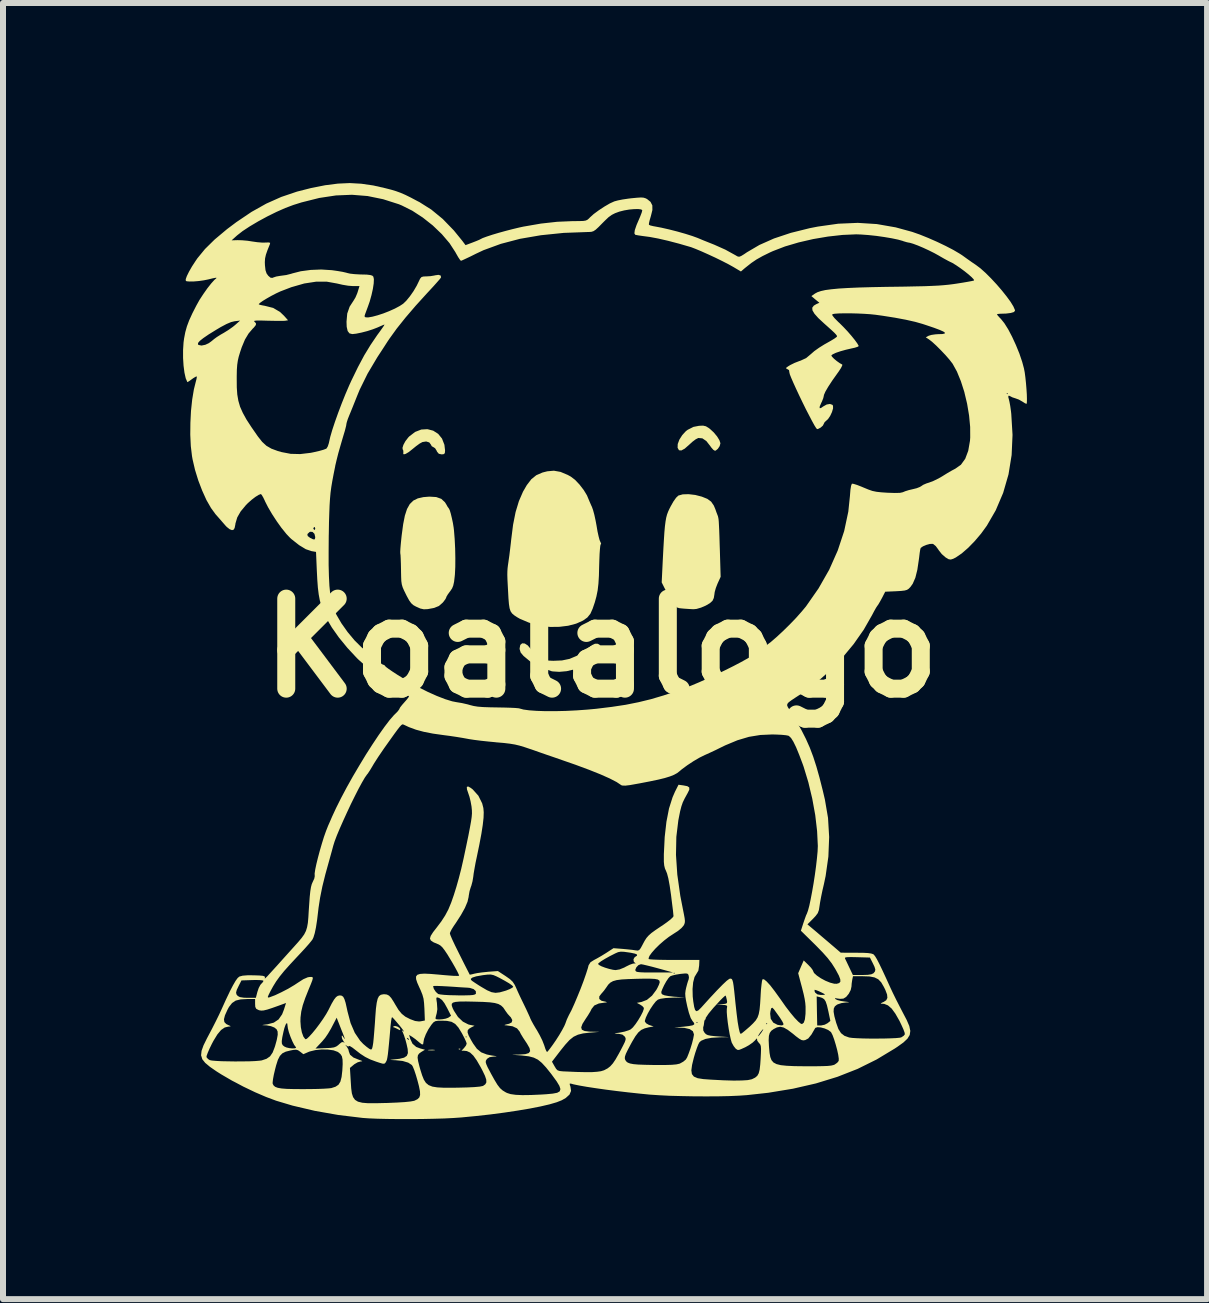
<source format=kicad_pcb>
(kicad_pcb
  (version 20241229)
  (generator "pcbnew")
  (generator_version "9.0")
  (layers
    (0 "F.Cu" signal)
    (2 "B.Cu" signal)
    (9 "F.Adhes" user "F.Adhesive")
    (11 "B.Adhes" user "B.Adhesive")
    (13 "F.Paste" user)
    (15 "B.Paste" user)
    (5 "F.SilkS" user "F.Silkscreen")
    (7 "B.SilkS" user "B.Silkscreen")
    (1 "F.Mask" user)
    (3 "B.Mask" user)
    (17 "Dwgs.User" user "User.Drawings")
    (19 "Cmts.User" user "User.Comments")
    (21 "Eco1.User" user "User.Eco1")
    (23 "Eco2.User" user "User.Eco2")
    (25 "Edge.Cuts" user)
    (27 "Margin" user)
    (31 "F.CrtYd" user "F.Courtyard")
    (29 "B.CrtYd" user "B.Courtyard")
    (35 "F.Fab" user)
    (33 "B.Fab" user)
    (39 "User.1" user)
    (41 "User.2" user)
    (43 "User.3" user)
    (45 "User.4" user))
  (footprint "Koalalogo"
    (layer "F.Cu")
    (at 6.969 7.745)
    (property "Reference" "Koalalogo" (at 0 0 0) (layer "F.SilkS") (effects (font (size 1.5 1.5) (thickness 0.3))))
    (attr board_only exclude_from_pos_files exclude_from_bom)
    (fp_poly (pts (xy 1.743 6.18) (xy 1.733 6.19) (xy 1.723 6.18) (xy 1.733 6.17)) (stroke (width 0) (type solid)) (fill yes) (layer "F.SilkS"))
    (fp_poly (pts (xy -2.35 6.677) (xy -2.353 6.689) (xy -2.364 6.691) (xy -2.38 6.683) (xy -2.377 6.677) (xy -2.353 6.675)) (stroke (width 0) (type solid)) (fill yes) (layer "F.SilkS"))
    (fp_poly (pts (xy -2.779 6.696) (xy -2.771 6.701) (xy -2.797 6.704) (xy -2.834 6.705) (xy -2.88 6.703) (xy -2.893 6.7) (xy -2.879 6.696) (xy -2.82 6.693)) (stroke (width 0) (type solid)) (fill yes) (layer "F.SilkS"))
    (fp_poly (pts (xy -3.399 6.308) (xy -3.365 6.33) (xy -3.357 6.342) (xy -3.35 6.363) (xy -3.358 6.367) (xy -3.39 6.352) (xy -3.409 6.342) (xy -3.449 6.323) (xy -3.469 6.317) (xy -3.469 6.317) (xy -3.467 6.308) (xy -3.465 6.306) (xy -3.439 6.298)) (stroke (width 0) (type solid)) (fill yes) (layer "F.SilkS"))
    (fp_poly (pts (xy 1.742 -3.693) (xy 1.788 -3.665) (xy 1.809 -3.649) (xy 1.872 -3.591) (xy 1.927 -3.525) (xy 1.966 -3.462) (xy 1.983 -3.412) (xy 1.983 -3.409) (xy 1.971 -3.363) (xy 1.941 -3.318) (xy 1.906 -3.289) (xy 1.892 -3.285) (xy 1.865 -3.301) (xy 1.83 -3.341) (xy 1.813 -3.365) (xy 1.749 -3.447) (xy 1.683 -3.492) (xy 1.617 -3.498) (xy 1.613 -3.497) (xy 1.573 -3.477) (xy 1.518 -3.436) (xy 1.462 -3.385) (xy 1.388 -3.32) (xy 1.332 -3.29) (xy 1.293 -3.294) (xy 1.271 -3.333) (xy 1.27 -3.335) (xy 1.272 -3.397) (xy 1.3 -3.472) (xy 1.348 -3.547) (xy 1.409 -3.613) (xy 1.437 -3.634) (xy 1.534 -3.683) (xy 1.627 -3.701) (xy 1.694 -3.704)) (stroke (width 0) (type solid)) (fill yes) (layer "F.SilkS"))
    (fp_poly (pts (xy -2.802 -3.62) (xy -2.719 -3.567) (xy -2.655 -3.488) (xy -2.615 -3.385) (xy -2.604 -3.29) (xy -2.608 -3.245) (xy -2.628 -3.228) (xy -2.662 -3.225) (xy -2.708 -3.235) (xy -2.738 -3.27) (xy -2.744 -3.285) (xy -2.77 -3.327) (xy -2.797 -3.345) (xy -2.799 -3.345) (xy -2.827 -3.362) (xy -2.839 -3.386) (xy -2.867 -3.424) (xy -2.919 -3.44) (xy -2.982 -3.43) (xy -2.985 -3.428) (xy -3.026 -3.406) (xy -3.083 -3.365) (xy -3.142 -3.317) (xy -3.207 -3.265) (xy -3.259 -3.234) (xy -3.292 -3.225) (xy -3.302 -3.24) (xy -3.299 -3.253) (xy -3.3 -3.289) (xy -3.307 -3.299) (xy -3.314 -3.332) (xy -3.298 -3.384) (xy -3.265 -3.445) (xy -3.218 -3.506) (xy -3.201 -3.524) (xy -3.103 -3.599) (xy -3 -3.639) (xy -2.898 -3.645)) (stroke (width 0) (type solid)) (fill yes) (layer "F.SilkS"))
    (fp_poly (pts (xy -1.276 -0.074) (xy -1.225 -0.041) (xy -1.175 0.02) (xy -1.123 0.082) (xy -1.058 0.14) (xy -1.038 0.155) (xy -0.987 0.185) (xy -0.937 0.202) (xy -0.872 0.211) (xy -0.8 0.214) (xy -0.656 0.208) (xy -0.53 0.182) (xy -0.409 0.131) (xy -0.284 0.05) (xy -0.222 0.002) (xy -0.155 -0.047) (xy -0.107 -0.07) (xy -0.067 -0.071) (xy -0.036 -0.058) (xy -0.006 -0.022) (xy -0.003 0.033) (xy -0.019 0.078) (xy -0.051 0.115) (xy -0.111 0.163) (xy -0.189 0.217) (xy -0.275 0.27) (xy -0.362 0.317) (xy -0.439 0.351) (xy -0.459 0.359) (xy -0.578 0.387) (xy -0.701 0.398) (xy -0.811 0.391) (xy -0.831 0.387) (xy -1.019 0.322) (xy -1.191 0.221) (xy -1.297 0.133) (xy -1.345 0.076) (xy -1.362 0.019) (xy -1.362 0.007) (xy -1.351 -0.05) (xy -1.32 -0.077)) (stroke (width 0) (type solid)) (fill yes) (layer "F.SilkS"))
    (fp_poly (pts (xy 1.564 -2.549) (xy 1.673 -2.521) (xy 1.765 -2.484) (xy 1.828 -2.438) (xy 1.873 -2.373) (xy 1.898 -2.314) (xy 1.918 -2.257) (xy 1.935 -2.213) (xy 1.942 -2.195) (xy 1.947 -2.173) (xy 1.952 -2.145) (xy 1.956 -2.103) (xy 1.959 -2.045) (xy 1.963 -1.964) (xy 1.967 -1.855) (xy 1.971 -1.714) (xy 1.974 -1.629) (xy 1.987 -1.185) (xy 1.935 -1.071) (xy 1.907 -0.999) (xy 1.888 -0.931) (xy 1.883 -0.893) (xy 1.873 -0.832) (xy 1.851 -0.785) (xy 1.808 -0.746) (xy 1.74 -0.706) (xy 1.661 -0.672) (xy 1.585 -0.65) (xy 1.535 -0.645) (xy 1.478 -0.648) (xy 1.403 -0.653) (xy 1.362 -0.656) (xy 1.303 -0.662) (xy 1.264 -0.673) (xy 1.233 -0.699) (xy 1.199 -0.746) (xy 1.179 -0.778) (xy 1.13 -0.856) (xy 1.083 -0.94) (xy 1.055 -0.992) (xy 1.005 -1.092) (xy 1.023 -1.462) (xy 1.033 -1.652) (xy 1.042 -1.806) (xy 1.05 -1.93) (xy 1.059 -2.029) (xy 1.069 -2.107) (xy 1.08 -2.17) (xy 1.094 -2.223) (xy 1.112 -2.271) (xy 1.133 -2.317) (xy 1.154 -2.358) (xy 1.201 -2.441) (xy 1.245 -2.503) (xy 1.281 -2.537) (xy 1.283 -2.539) (xy 1.356 -2.559) (xy 1.453 -2.562)) (stroke (width 0) (type solid)) (fill yes) (layer "F.SilkS"))
    (fp_poly (pts (xy -2.751 -2.514) (xy -2.667 -2.484) (xy -2.606 -2.427) (xy -2.584 -2.392) (xy -2.56 -2.349) (xy -2.541 -2.324) (xy -2.541 -2.324) (xy -2.527 -2.297) (xy -2.51 -2.242) (xy -2.492 -2.168) (xy -2.474 -2.085) (xy -2.461 -2.005) (xy -2.456 -1.963) (xy -2.444 -1.815) (xy -2.436 -1.655) (xy -2.433 -1.496) (xy -2.434 -1.349) (xy -2.44 -1.226) (xy -2.443 -1.194) (xy -2.454 -1.102) (xy -2.468 -1.039) (xy -2.487 -0.992) (xy -2.516 -0.949) (xy -2.523 -0.94) (xy -2.559 -0.891) (xy -2.581 -0.854) (xy -2.584 -0.843) (xy -2.596 -0.817) (xy -2.627 -0.774) (xy -2.645 -0.753) (xy -2.707 -0.699) (xy -2.786 -0.667) (xy -2.806 -0.663) (xy -2.893 -0.647) (xy -2.958 -0.644) (xy -3.017 -0.657) (xy -3.084 -0.687) (xy -3.085 -0.687) (xy -3.132 -0.713) (xy -3.168 -0.745) (xy -3.202 -0.792) (xy -3.241 -0.863) (xy -3.255 -0.891) (xy -3.288 -0.958) (xy -3.311 -1.011) (xy -3.325 -1.059) (xy -3.333 -1.114) (xy -3.336 -1.186) (xy -3.338 -1.286) (xy -3.338 -1.306) (xy -3.34 -1.403) (xy -3.343 -1.486) (xy -3.346 -1.546) (xy -3.35 -1.575) (xy -3.35 -1.576) (xy -3.351 -1.601) (xy -3.348 -1.658) (xy -3.341 -1.74) (xy -3.331 -1.839) (xy -3.326 -1.883) (xy -3.302 -2.062) (xy -3.274 -2.204) (xy -3.238 -2.315) (xy -3.192 -2.397) (xy -3.133 -2.455) (xy -3.058 -2.492) (xy -2.965 -2.513) (xy -2.865 -2.521)) (stroke (width 0) (type solid)) (fill yes) (layer "F.SilkS"))
    (fp_poly (pts (xy -0.68 -2.933) (xy -0.561 -2.883) (xy -0.51 -2.855) (xy -0.439 -2.801) (xy -0.364 -2.722) (xy -0.294 -2.631) (xy -0.24 -2.542) (xy -0.223 -2.501) (xy -0.197 -2.439) (xy -0.166 -2.368) (xy -0.158 -2.352) (xy -0.139 -2.299) (xy -0.117 -2.218) (xy -0.096 -2.121) (xy -0.08 -2.035) (xy -0.064 -1.94) (xy -0.046 -1.858) (xy -0.03 -1.798) (xy -0.018 -1.77) (xy -0.004 -1.739) (xy -0.011 -1.726) (xy -0.018 -1.703) (xy -0.024 -1.646) (xy -0.03 -1.562) (xy -0.034 -1.459) (xy -0.037 -1.362) (xy -0.041 -1.201) (xy -0.049 -1.071) (xy -0.062 -0.96) (xy -0.082 -0.86) (xy -0.109 -0.761) (xy -0.145 -0.655) (xy -0.183 -0.57) (xy -0.234 -0.507) (xy -0.306 -0.456) (xy -0.408 -0.41) (xy -0.427 -0.403) (xy -0.553 -0.37) (xy -0.7 -0.352) (xy -0.852 -0.35) (xy -0.992 -0.364) (xy -1.022 -0.37) (xy -1.207 -0.422) (xy -1.356 -0.485) (xy -1.402 -0.511) (xy -1.452 -0.544) (xy -1.488 -0.575) (xy -1.513 -0.612) (xy -1.529 -0.661) (xy -1.54 -0.731) (xy -1.548 -0.827) (xy -1.553 -0.921) (xy -1.56 -1.049) (xy -1.565 -1.145) (xy -1.567 -1.217) (xy -1.566 -1.274) (xy -1.563 -1.324) (xy -1.557 -1.375) (xy -1.548 -1.436) (xy -1.546 -1.452) (xy -1.534 -1.535) (xy -1.521 -1.641) (xy -1.508 -1.752) (xy -1.502 -1.808) (xy -1.471 -2.053) (xy -1.429 -2.264) (xy -1.374 -2.446) (xy -1.306 -2.603) (xy -1.243 -2.712) (xy -1.167 -2.811) (xy -1.084 -2.878) (xy -0.98 -2.923) (xy -0.901 -2.943) (xy -0.791 -2.953)) (stroke (width 0) (type solid)) (fill yes) (layer "F.SilkS"))
    (fp_poly (pts (xy -3.998 -7.734) (xy -3.799 -7.705) (xy -3.605 -7.661) (xy -3.503 -7.635) (xy -3.42 -7.61) (xy -3.343 -7.582) (xy -3.265 -7.548) (xy -3.174 -7.503) (xy -3.061 -7.443) (xy -3.031 -7.428) (xy -2.833 -7.303) (xy -2.643 -7.147) (xy -2.458 -6.956) (xy -2.318 -6.784) (xy -2.263 -6.711) (xy -2.148 -6.754) (xy -2.084 -6.779) (xy -2.034 -6.8) (xy -2.013 -6.811) (xy -1.977 -6.829) (xy -1.909 -6.854) (xy -1.818 -6.884) (xy -1.711 -6.916) (xy -1.595 -6.948) (xy -1.479 -6.978) (xy -1.371 -7.004) (xy -1.302 -7.019) (xy -1.008 -7.07) (xy -0.737 -7.1) (xy -0.48 -7.111) (xy -0.455 -7.111) (xy -0.362 -7.112) (xy -0.3 -7.114) (xy -0.259 -7.121) (xy -0.23 -7.135) (xy -0.205 -7.157) (xy -0.189 -7.174) (xy -0.128 -7.229) (xy -0.044 -7.291) (xy 0.05 -7.353) (xy 0.141 -7.406) (xy 0.216 -7.44) (xy 0.22 -7.441) (xy 0.275 -7.456) (xy 0.356 -7.472) (xy 0.451 -7.486) (xy 0.5 -7.492) (xy 0.595 -7.501) (xy 0.659 -7.505) (xy 0.702 -7.502) (xy 0.735 -7.492) (xy 0.761 -7.479) (xy 0.819 -7.432) (xy 0.849 -7.373) (xy 0.85 -7.296) (xy 0.825 -7.196) (xy 0.805 -7.128) (xy 0.793 -7.076) (xy 0.792 -7.05) (xy 0.792 -7.05) (xy 0.815 -7.039) (xy 0.865 -7.027) (xy 0.893 -7.022) (xy 0.999 -7.002) (xy 1.127 -6.973) (xy 1.264 -6.938) (xy 1.398 -6.9) (xy 1.515 -6.863) (xy 1.603 -6.831) (xy 1.696 -6.792) (xy 1.796 -6.752) (xy 1.879 -6.719) (xy 2.065 -6.636) (xy 2.241 -6.539) (xy 2.245 -6.536) (xy 2.273 -6.521) (xy 2.298 -6.518) (xy 2.329 -6.53) (xy 2.378 -6.56) (xy 2.425 -6.592) (xy 2.633 -6.714) (xy 2.876 -6.822) (xy 3.155 -6.915) (xy 3.468 -6.993) (xy 3.606 -7.02) (xy 3.946 -7.068) (xy 4.272 -7.082) (xy 4.589 -7.062) (xy 4.904 -7.007) (xy 5.178 -6.932) (xy 5.306 -6.887) (xy 5.447 -6.83) (xy 5.593 -6.766) (xy 5.735 -6.698) (xy 5.862 -6.632) (xy 5.966 -6.571) (xy 6.011 -6.542) (xy 6.09 -6.485) (xy 6.172 -6.427) (xy 6.24 -6.381) (xy 6.316 -6.324) (xy 6.402 -6.247) (xy 6.493 -6.156) (xy 6.585 -6.057) (xy 6.672 -5.956) (xy 6.751 -5.857) (xy 6.817 -5.767) (xy 6.864 -5.69) (xy 6.889 -5.633) (xy 6.891 -5.617) (xy 6.872 -5.596) (xy 6.821 -5.581) (xy 6.744 -5.571) (xy 6.678 -5.569) (xy 6.625 -5.567) (xy 6.594 -5.561) (xy 6.59 -5.558) (xy 6.603 -5.539) (xy 6.636 -5.502) (xy 6.657 -5.481) (xy 6.714 -5.41) (xy 6.778 -5.308) (xy 6.843 -5.184) (xy 6.906 -5.047) (xy 6.964 -4.905) (xy 7.011 -4.766) (xy 7.04 -4.658) (xy 7.053 -4.592) (xy 7.064 -4.508) (xy 7.074 -4.413) (xy 7.082 -4.316) (xy 7.088 -4.225) (xy 7.09 -4.148) (xy 7.089 -4.092) (xy 7.084 -4.067) (xy 7.082 -4.066) (xy 7.057 -4.077) (xy 7.016 -4.103) (xy 7.013 -4.105) (xy 6.955 -4.138) (xy 6.9 -4.158) (xy 6.848 -4.175) (xy 6.815 -4.192) (xy 6.787 -4.205) (xy 6.778 -4.185) (xy 6.789 -4.142) (xy 6.799 -4.1) (xy 6.812 -4.03) (xy 6.824 -3.944) (xy 6.829 -3.899) (xy 6.85 -3.55) (xy 6.835 -3.214) (xy 6.783 -2.892) (xy 6.694 -2.584) (xy 6.57 -2.293) (xy 6.422 -2.037) (xy 6.327 -1.906) (xy 6.221 -1.781) (xy 6.112 -1.669) (xy 6.004 -1.575) (xy 5.906 -1.508) (xy 5.861 -1.485) (xy 5.821 -1.473) (xy 5.786 -1.478) (xy 5.74 -1.505) (xy 5.73 -1.512) (xy 5.671 -1.564) (xy 5.62 -1.629) (xy 5.611 -1.643) (xy 5.571 -1.697) (xy 5.529 -1.731) (xy 5.519 -1.734) (xy 5.474 -1.733) (xy 5.415 -1.717) (xy 5.358 -1.693) (xy 5.321 -1.667) (xy 5.319 -1.663) (xy 5.312 -1.638) (xy 5.303 -1.582) (xy 5.294 -1.507) (xy 5.289 -1.47) (xy 5.264 -1.302) (xy 5.231 -1.17) (xy 5.188 -1.071) (xy 5.15 -1.017) (xy 5.121 -0.987) (xy 5.092 -0.968) (xy 5.054 -0.957) (xy 4.995 -0.95) (xy 4.911 -0.945) (xy 4.729 -0.937) (xy 4.676 -0.834) (xy 4.642 -0.772) (xy 4.612 -0.721) (xy 4.597 -0.701) (xy 4.576 -0.669) (xy 4.544 -0.612) (xy 4.508 -0.544) (xy 4.508 -0.544) (xy 4.371 -0.304) (xy 4.202 -0.063) (xy 4.007 0.172) (xy 3.793 0.392) (xy 3.568 0.59) (xy 3.338 0.759) (xy 3.332 0.763) (xy 3.233 0.827) (xy 3.164 0.873) (xy 3.12 0.906) (xy 3.098 0.933) (xy 3.095 0.958) (xy 3.107 0.987) (xy 3.132 1.025) (xy 3.15 1.054) (xy 3.25 1.22) (xy 3.335 1.372) (xy 3.408 1.516) (xy 3.472 1.66) (xy 3.529 1.811) (xy 3.582 1.975) (xy 3.634 2.16) (xy 3.688 2.373) (xy 3.724 2.526) (xy 3.776 2.831) (xy 3.795 3.15) (xy 3.782 3.476) (xy 3.736 3.8) (xy 3.708 3.933) (xy 3.683 4.04) (xy 3.661 4.146) (xy 3.644 4.238) (xy 3.635 4.297) (xy 3.624 4.367) (xy 3.605 4.418) (xy 3.57 4.465) (xy 3.527 4.511) (xy 3.433 4.605) (xy 3.583 4.731) (xy 3.667 4.803) (xy 3.759 4.881) (xy 3.842 4.952) (xy 3.86 4.967) (xy 3.988 5.077) (xy 4.244 5.078) (xy 4.36 5.079) (xy 4.442 5.083) (xy 4.496 5.091) (xy 4.529 5.102) (xy 4.536 5.107) (xy 4.559 5.134) (xy 4.59 5.185) (xy 4.631 5.264) (xy 4.683 5.372) (xy 4.748 5.512) (xy 4.81 5.649) (xy 4.855 5.745) (xy 4.912 5.861) (xy 4.973 5.98) (xy 5.021 6.073) (xy 5.087 6.199) (xy 5.13 6.299) (xy 5.147 6.38) (xy 5.137 6.448) (xy 5.099 6.51) (xy 5.032 6.573) (xy 4.933 6.644) (xy 4.888 6.674) (xy 4.586 6.856) (xy 4.269 7.013) (xy 3.933 7.145) (xy 3.575 7.255) (xy 3.192 7.343) (xy 2.779 7.411) (xy 2.424 7.45) (xy 2.294 7.459) (xy 2.132 7.466) (xy 1.946 7.47) (xy 1.746 7.471) (xy 1.54 7.47) (xy 1.335 7.466) (xy 1.14 7.461) (xy 0.964 7.452) (xy 0.815 7.442) (xy 0.811 7.442) (xy 0.631 7.424) (xy 0.445 7.404) (xy 0.258 7.382) (xy 0.078 7.359) (xy -0.091 7.335) (xy -0.242 7.312) (xy -0.368 7.29) (xy -0.465 7.27) (xy -0.504 7.259) (xy -0.526 7.257) (xy -0.527 7.275) (xy -0.515 7.311) (xy -0.505 7.38) (xy -0.531 7.441) (xy -0.594 7.498) (xy -0.661 7.536) (xy -0.745 7.569) (xy -0.865 7.604) (xy -1.016 7.639) (xy -1.194 7.674) (xy -1.396 7.708) (xy -1.616 7.741) (xy -1.851 7.772) (xy -2.096 7.799) (xy -2.334 7.822) (xy -2.463 7.831) (xy -2.621 7.839) (xy -2.799 7.844) (xy -2.991 7.848) (xy -3.188 7.849) (xy -3.383 7.849) (xy -3.568 7.847) (xy -3.735 7.843) (xy -3.877 7.837) (xy -3.976 7.83) (xy -4.382 7.781) (xy -4.774 7.712) (xy -5.144 7.625) (xy -5.419 7.543) (xy -5.585 7.481) (xy -5.771 7.401) (xy -5.965 7.308) (xy -6.093 7.24) (xy -5.477 7.24) (xy -5.476 7.261) (xy -5.46 7.29) (xy -5.434 7.312) (xy -5.392 7.328) (xy -5.33 7.339) (xy -5.243 7.346) (xy -5.126 7.349) (xy -4.975 7.35) (xy -4.968 7.35) (xy -4.841 7.349) (xy -4.723 7.347) (xy -4.622 7.343) (xy -4.545 7.338) (xy -4.501 7.333) (xy -4.5 7.333) (xy -4.429 7.31) (xy -4.38 7.277) (xy -4.348 7.225) (xy -4.328 7.147) (xy -4.316 7.042) (xy -4.31 6.933) (xy -4.312 6.857) (xy -4.323 6.803) (xy -4.347 6.766) (xy -4.384 6.735) (xy -4.394 6.729) (xy -4.462 6.704) (xy -4.555 6.691) (xy -4.66 6.689) (xy -4.765 6.7) (xy -4.855 6.722) (xy -4.875 6.729) (xy -4.965 6.768) (xy -5.019 6.726) (xy -5.054 6.702) (xy -5.087 6.693) (xy -5.134 6.697) (xy -5.184 6.707) (xy -5.259 6.726) (xy -5.315 6.754) (xy -5.356 6.797) (xy -5.389 6.861) (xy -5.419 6.955) (xy -5.436 7.021) (xy -5.457 7.11) (xy -5.471 7.186) (xy -5.477 7.24) (xy -6.093 7.24) (xy -6.155 7.208) (xy -6.33 7.106) (xy -6.411 7.055) (xy -6.521 6.979) (xy -6.6 6.913) (xy -6.649 6.852) (xy -6.659 6.818) (xy -6.579 6.818) (xy -6.553 6.848) (xy -6.524 6.867) (xy -6.489 6.874) (xy -6.421 6.88) (xy -6.329 6.885) (xy -6.22 6.887) (xy -6.103 6.889) (xy -5.984 6.888) (xy -5.872 6.887) (xy -5.775 6.883) (xy -5.7 6.877) (xy -5.66 6.872) (xy -5.579 6.845) (xy -5.52 6.804) (xy -5.477 6.741) (xy -5.451 6.674) (xy -4.763 6.674) (xy -4.596 6.667) (xy -4.511 6.663) (xy -4.455 6.655) (xy -4.417 6.64) (xy -4.384 6.617) (xy -4.378 6.611) (xy -4.265 6.611) (xy -4.262 6.618) (xy -4.242 6.642) (xy -4.215 6.689) (xy -4.207 6.724) (xy -4.187 6.777) (xy -4.13 6.824) (xy -4.044 6.859) (xy -3.996 6.876) (xy -3.983 6.885) (xy -4.003 6.889) (xy -4.01 6.889) (xy -4.06 6.903) (xy -4.115 6.935) (xy -4.126 6.944) (xy -4.189 6.997) (xy -4.175 7.229) (xy -4.168 7.336) (xy -4.157 7.42) (xy -4.137 7.483) (xy -4.104 7.529) (xy -4.055 7.559) (xy -3.983 7.577) (xy -3.886 7.585) (xy -3.757 7.585) (xy -3.594 7.581) (xy -3.576 7.581) (xy -3.41 7.574) (xy -3.277 7.566) (xy -3.18 7.556) (xy -3.121 7.545) (xy -3.112 7.542) (xy -3.064 7.518) (xy -3.033 7.488) (xy -3.02 7.447) (xy -3.022 7.387) (xy -3.039 7.301) (xy -3.063 7.209) (xy -3.09 7.116) (xy -3.117 7.035) (xy -3.141 6.976) (xy -3.157 6.949) (xy -3.217 6.909) (xy -3.311 6.881) (xy -3.434 6.868) (xy -3.445 6.868) (xy -3.501 6.865) (xy -3.519 6.863) (xy -3.5 6.86) (xy -3.475 6.857) (xy -3.364 6.845) (xy -3.287 6.826) (xy -3.242 6.796) (xy -3.223 6.75) (xy -3.227 6.683) (xy -3.246 6.596) (xy -3.267 6.518) (xy -3.275 6.496) (xy -3.242 6.496) (xy -3.237 6.507) (xy -3.217 6.529) (xy -3.205 6.524) (xy -3.205 6.521) (xy -3.219 6.505) (xy -3.228 6.498) (xy -3.242 6.496) (xy -3.275 6.496) (xy -3.289 6.451) (xy -3.291 6.447) (xy -3.203 6.447) (xy -3.185 6.511) (xy -3.147 6.593) (xy -3.085 6.647) (xy -3.019 6.672) (xy -2.939 6.694) (xy -3.002 6.732) (xy -3.036 6.757) (xy -3.056 6.785) (xy -3.062 6.825) (xy -3.053 6.884) (xy -3.032 6.969) (xy -3.015 7.029) (xy -2.986 7.121) (xy -2.957 7.193) (xy -2.923 7.246) (xy -2.878 7.283) (xy -2.816 7.308) (xy -2.734 7.321) (xy -2.625 7.327) (xy -2.484 7.327) (xy -2.394 7.326) (xy -2.237 7.322) (xy -2.114 7.316) (xy -2.026 7.308) (xy -1.976 7.298) (xy -1.969 7.295) (xy -1.934 7.27) (xy -1.916 7.237) (xy -1.918 7.192) (xy -1.939 7.129) (xy -1.981 7.041) (xy -2.01 6.986) (xy -2.076 6.872) (xy -2.133 6.792) (xy -2.187 6.741) (xy -2.241 6.716) (xy -2.285 6.711) (xy -2.331 6.711) (xy -2.287 6.664) (xy -2.256 6.624) (xy -2.244 6.592) (xy -2.244 6.592) (xy -2.253 6.563) (xy -2.277 6.509) (xy -2.292 6.48) (xy -2.264 6.48) (xy -2.254 6.49) (xy -2.244 6.48) (xy -2.254 6.47) (xy -2.264 6.48) (xy -2.292 6.48) (xy -2.312 6.441) (xy -2.325 6.417) (xy -2.381 6.325) (xy -2.435 6.264) (xy -2.495 6.229) (xy -2.572 6.213) (xy -2.651 6.21) (xy -2.722 6.211) (xy -2.766 6.218) (xy -2.797 6.237) (xy -2.827 6.272) (xy -2.833 6.28) (xy -2.883 6.355) (xy -2.925 6.437) (xy -2.954 6.513) (xy -2.964 6.565) (xy -2.969 6.601) (xy -2.988 6.606) (xy -3.024 6.58) (xy -3.044 6.563) (xy -3.098 6.518) (xy -3.149 6.481) (xy -3.203 6.447) (xy -3.291 6.447) (xy -3.307 6.407) (xy -3.307 6.406) (xy -3.323 6.375) (xy -3.315 6.374) (xy -3.294 6.39) (xy -3.289 6.39) (xy -3.305 6.364) (xy -3.341 6.317) (xy -3.366 6.286) (xy -3.417 6.226) (xy -3.458 6.179) (xy -3.483 6.154) (xy -3.488 6.151) (xy -3.495 6.169) (xy -3.503 6.217) (xy -3.511 6.286) (xy -3.513 6.305) (xy -3.527 6.469) (xy -3.539 6.599) (xy -3.549 6.697) (xy -3.557 6.77) (xy -3.565 6.822) (xy -3.572 6.857) (xy -3.58 6.88) (xy -3.584 6.887) (xy -3.6 6.914) (xy -3.618 6.927) (xy -3.648 6.925) (xy -3.699 6.91) (xy -3.75 6.893) (xy -3.852 6.855) (xy -3.934 6.814) (xy -4.013 6.763) (xy -4.093 6.701) (xy -4.147 6.659) (xy -4.188 6.634) (xy -4.206 6.63) (xy -4.207 6.632) (xy -4.216 6.643) (xy -4.242 6.628) (xy -4.265 6.611) (xy -4.378 6.611) (xy -4.372 6.605) (xy -4.331 6.571) (xy -4.304 6.565) (xy -4.286 6.575) (xy -4.276 6.581) (xy -4.291 6.56) (xy -4.292 6.559) (xy -4.318 6.513) (xy -4.326 6.479) (xy -4.323 6.456) (xy -4.31 6.466) (xy -4.295 6.49) (xy -4.279 6.514) (xy -4.275 6.513) (xy -4.284 6.482) (xy -4.308 6.419) (xy -4.328 6.37) (xy -4.355 6.301) (xy -4.38 6.237) (xy -4.387 6.22) (xy -4.41 6.16) (xy -4.446 6.23) (xy -4.504 6.341) (xy -4.554 6.426) (xy -4.601 6.495) (xy -4.653 6.557) (xy -4.67 6.575) (xy -4.763 6.674) (xy -5.451 6.674) (xy -5.441 6.647) (xy -5.435 6.628) (xy -5.413 6.549) (xy -5.325 6.549) (xy -5.323 6.59) (xy -5.31 6.617) (xy -5.284 6.639) (xy -5.284 6.639) (xy -5.247 6.656) (xy -5.199 6.667) (xy -5.149 6.672) (xy -5.108 6.67) (xy -5.086 6.662) (xy -5.093 6.646) (xy -5.094 6.645) (xy -5.118 6.613) (xy -5.148 6.553) (xy -5.179 6.479) (xy -5.206 6.403) (xy -5.223 6.337) (xy -5.228 6.299) (xy -5.233 6.257) (xy -5.244 6.251) (xy -5.261 6.277) (xy -5.281 6.333) (xy -5.296 6.393) (xy -5.316 6.486) (xy -5.325 6.549) (xy -5.413 6.549) (xy -5.406 6.521) (xy -5.392 6.444) (xy -5.394 6.39) (xy -5.411 6.353) (xy -5.445 6.326) (xy -5.447 6.324) (xy -5.505 6.301) (xy -5.576 6.288) (xy -5.592 6.287) (xy -5.637 6.285) (xy -5.649 6.283) (xy -5.625 6.278) (xy -5.564 6.27) (xy -5.562 6.27) (xy -5.457 6.242) (xy -5.378 6.189) (xy -5.319 6.104) (xy -5.288 6.024) (xy -5.254 5.915) (xy -5.377 5.96) (xy -5.487 5.999) (xy -5.567 6.025) (xy -5.625 6.039) (xy -5.667 6.042) (xy -5.702 6.036) (xy -5.714 6.031) (xy -5.75 6.012) (xy -5.766 5.98) (xy -5.769 5.93) (xy -5.769 5.849) (xy -5.9 5.849) (xy -6.011 5.855) (xy -6.092 5.875) (xy -6.153 5.916) (xy -6.204 5.981) (xy -6.229 6.027) (xy -6.271 6.12) (xy -6.288 6.186) (xy -6.281 6.233) (xy -6.249 6.266) (xy -6.225 6.278) (xy -6.184 6.297) (xy -6.177 6.305) (xy -6.203 6.308) (xy -6.212 6.308) (xy -6.275 6.323) (xy -6.336 6.365) (xy -6.397 6.438) (xy -6.463 6.546) (xy -6.489 6.595) (xy -6.529 6.677) (xy -6.559 6.747) (xy -6.577 6.797) (xy -6.579 6.818) (xy -6.659 6.818) (xy -6.669 6.787) (xy -6.661 6.712) (xy -6.628 6.62) (xy -6.571 6.504) (xy -6.544 6.453) (xy -6.486 6.343) (xy -6.425 6.223) (xy -6.369 6.109) (xy -6.332 6.029) (xy -6.255 5.859) (xy -6.198 5.74) (xy -6.086 5.74) (xy -6.08 5.771) (xy -6.058 5.798) (xy -6.022 5.817) (xy -5.957 5.827) (xy -5.892 5.829) (xy -5.757 5.829) (xy -5.752 5.812) (xy -5.557 5.812) (xy -5.554 5.824) (xy -5.536 5.822) (xy -5.525 5.819) (xy -5.437 5.786) (xy -5.331 5.736) (xy -5.219 5.678) (xy -5.115 5.616) (xy -5.059 5.579) (xy -4.966 5.519) (xy -4.892 5.487) (xy -4.862 5.482) (xy -4.831 5.481) (xy -4.812 5.485) (xy -4.807 5.502) (xy -4.816 5.538) (xy -4.839 5.598) (xy -4.876 5.687) (xy -4.934 5.833) (xy -4.975 5.953) (xy -5 6.057) (xy -5.012 6.154) (xy -5.014 6.22) (xy -5.007 6.317) (xy -4.99 6.405) (xy -4.964 6.476) (xy -4.933 6.517) (xy -4.93 6.519) (xy -4.907 6.511) (xy -4.868 6.475) (xy -4.816 6.418) (xy -4.757 6.346) (xy -4.696 6.265) (xy -4.637 6.181) (xy -4.585 6.1) (xy -4.545 6.029) (xy -4.544 6.026) (xy -4.494 5.927) (xy -4.454 5.859) (xy -4.421 5.817) (xy -4.391 5.796) (xy -4.358 5.789) (xy -4.354 5.789) (xy -4.325 5.794) (xy -4.301 5.812) (xy -4.281 5.85) (xy -4.261 5.913) (xy -4.24 6.007) (xy -4.23 6.054) (xy -4.178 6.25) (xy -4.108 6.412) (xy -4.02 6.542) (xy -3.968 6.597) (xy -3.913 6.644) (xy -3.867 6.678) (xy -3.839 6.691) (xy -3.828 6.686) (xy -3.818 6.668) (xy -3.81 6.634) (xy -3.801 6.58) (xy -3.793 6.5) (xy -3.784 6.391) (xy -3.773 6.249) (xy -3.766 6.142) (xy -3.756 6.01) (xy -3.743 5.912) (xy -3.727 5.844) (xy -3.705 5.801) (xy -3.674 5.778) (xy -3.634 5.77) (xy -3.618 5.769) (xy -3.574 5.774) (xy -3.537 5.793) (xy -3.501 5.832) (xy -3.458 5.899) (xy -3.435 5.939) (xy -3.379 6.031) (xy -3.326 6.095) (xy -3.266 6.143) (xy -3.188 6.183) (xy -3.186 6.184) (xy -3.103 6.215) (xy -3.038 6.223) (xy -3.009 6.22) (xy -2.941 6.207) (xy -2.942 6.175) (xy -2.764 6.175) (xy -2.747 6.187) (xy -2.704 6.19) (xy -2.649 6.186) (xy -2.594 6.176) (xy -2.552 6.161) (xy -2.549 6.159) (xy -2.504 6.128) (xy -2.567 6.004) (xy -2.608 5.93) (xy -2.493 5.93) (xy -2.492 5.961) (xy -2.476 6.005) (xy -2.456 6.045) (xy -2.389 6.148) (xy -2.307 6.226) (xy -2.217 6.272) (xy -2.191 6.279) (xy -2.113 6.294) (xy -2.166 6.321) (xy -2.206 6.345) (xy -2.227 6.371) (xy -2.229 6.406) (xy -2.211 6.457) (xy -2.173 6.529) (xy -2.138 6.589) (xy -2.074 6.678) (xy -2.002 6.737) (xy -1.909 6.773) (xy -1.83 6.789) (xy -1.768 6.798) (xy -1.744 6.804) (xy -1.754 6.806) (xy -1.797 6.808) (xy -1.797 6.808) (xy -1.863 6.818) (xy -1.904 6.845) (xy -1.911 6.855) (xy -1.924 6.876) (xy -1.927 6.9) (xy -1.918 6.933) (xy -1.896 6.984) (xy -1.856 7.059) (xy -1.84 7.09) (xy -1.78 7.198) (xy -1.732 7.277) (xy -1.689 7.333) (xy -1.645 7.372) (xy -1.596 7.402) (xy -1.572 7.414) (xy -1.513 7.433) (xy -1.428 7.445) (xy -1.316 7.45) (xy -1.171 7.448) (xy -0.992 7.44) (xy -0.916 7.435) (xy -0.81 7.425) (xy -0.736 7.411) (xy -0.694 7.387) (xy -0.682 7.349) (xy -0.7 7.295) (xy -0.746 7.219) (xy -0.82 7.118) (xy -0.836 7.096) (xy -0.921 6.99) (xy -0.992 6.913) (xy -1.016 6.893) (xy -0.823 6.893) (xy -0.779 6.971) (xy -0.754 7.012) (xy -0.731 7.036) (xy -0.697 7.048) (xy -0.642 7.054) (xy -0.593 7.056) (xy -0.414 7.064) (xy -0.271 7.067) (xy -0.159 7.067) (xy -0.073 7.061) (xy -0.008 7.052) (xy 0.041 7.037) (xy 0.044 7.036) (xy 1.499 7.036) (xy 1.508 7.099) (xy 1.541 7.141) (xy 1.604 7.168) (xy 1.699 7.183) (xy 1.823 7.192) (xy 2.033 7.203) (xy 2.205 7.208) (xy 2.34 7.206) (xy 2.438 7.2) (xy 2.501 7.187) (xy 2.51 7.184) (xy 2.561 7.159) (xy 2.597 7.129) (xy 2.621 7.087) (xy 2.637 7.025) (xy 2.647 6.937) (xy 2.653 6.85) (xy 2.658 6.75) (xy 2.66 6.682) (xy 2.657 6.638) (xy 2.649 6.61) (xy 2.635 6.591) (xy 2.625 6.581) (xy 2.597 6.543) (xy 2.596 6.534) (xy 2.787 6.534) (xy 2.792 6.635) (xy 2.794 6.661) (xy 2.802 6.747) (xy 2.814 6.815) (xy 2.834 6.867) (xy 2.867 6.906) (xy 2.918 6.933) (xy 2.99 6.951) (xy 3.087 6.961) (xy 3.215 6.967) (xy 3.378 6.969) (xy 3.431 6.969) (xy 3.577 6.969) (xy 3.688 6.967) (xy 3.77 6.964) (xy 3.827 6.958) (xy 3.866 6.949) (xy 3.885 6.942) (xy 3.929 6.911) (xy 3.954 6.88) (xy 3.955 6.842) (xy 3.946 6.777) (xy 3.928 6.695) (xy 3.904 6.607) (xy 3.878 6.522) (xy 3.852 6.451) (xy 3.828 6.404) (xy 3.822 6.397) (xy 3.779 6.365) (xy 3.719 6.339) (xy 3.655 6.322) (xy 3.6 6.318) (xy 3.566 6.329) (xy 3.563 6.332) (xy 3.543 6.366) (xy 3.513 6.418) (xy 3.501 6.439) (xy 3.447 6.506) (xy 3.396 6.533) (xy 3.365 6.538) (xy 3.334 6.532) (xy 3.296 6.51) (xy 3.241 6.469) (xy 3.193 6.429) (xy 3.106 6.363) (xy 3.038 6.324) (xy 2.98 6.311) (xy 2.924 6.322) (xy 2.871 6.349) (xy 2.831 6.378) (xy 2.805 6.414) (xy 2.791 6.463) (xy 2.787 6.534) (xy 2.596 6.534) (xy 2.593 6.512) (xy 2.59 6.505) (xy 2.57 6.526) (xy 2.561 6.537) (xy 2.52 6.575) (xy 2.457 6.619) (xy 2.398 6.652) (xy 2.332 6.682) (xy 2.292 6.697) (xy 2.267 6.696) (xy 2.245 6.681) (xy 2.238 6.676) (xy 2.204 6.633) (xy 2.173 6.577) (xy 2.172 6.575) (xy 2.156 6.52) (xy 2.145 6.469) (xy 2.61 6.469) (xy 2.611 6.47) (xy 2.628 6.456) (xy 2.657 6.419) (xy 2.664 6.41) (xy 2.689 6.371) (xy 2.698 6.351) (xy 2.697 6.35) (xy 2.68 6.365) (xy 2.651 6.401) (xy 2.644 6.41) (xy 2.619 6.449) (xy 2.61 6.469) (xy 2.145 6.469) (xy 2.138 6.439) (xy 2.121 6.343) (xy 2.106 6.241) (xy 2.095 6.145) (xy 2.089 6.065) (xy 2.09 6.012) (xy 2.091 6.007) (xy 2.096 5.972) (xy 2.085 5.955) (xy 2.051 5.948) (xy 2.008 5.946) (xy 1.916 5.942) (xy 1.868 5.994) (xy 1.788 6.09) (xy 1.738 6.164) (xy 1.715 6.216) (xy 1.714 6.227) (xy 1.706 6.285) (xy 1.696 6.322) (xy 1.698 6.374) (xy 1.72 6.412) (xy 1.743 6.435) (xy 1.773 6.45) (xy 1.82 6.46) (xy 1.892 6.468) (xy 1.946 6.472) (xy 2.133 6.484) (xy 1.973 6.487) (xy 1.836 6.495) (xy 1.734 6.514) (xy 1.663 6.544) (xy 1.635 6.568) (xy 1.616 6.602) (xy 1.591 6.666) (xy 1.563 6.749) (xy 1.54 6.828) (xy 1.511 6.947) (xy 1.499 7.036) (xy 0.044 7.036) (xy 0.05 7.033) (xy 0.103 7.005) (xy 0.148 6.97) (xy 0.191 6.922) (xy 0.237 6.854) (xy 0.247 6.836) (xy 0.39 6.836) (xy 0.397 6.862) (xy 0.397 6.862) (xy 0.414 6.888) (xy 0.439 6.908) (xy 0.478 6.923) (xy 0.536 6.934) (xy 0.617 6.941) (xy 0.727 6.945) (xy 0.871 6.948) (xy 0.927 6.948) (xy 1.068 6.948) (xy 1.174 6.945) (xy 1.25 6.938) (xy 1.299 6.927) (xy 1.308 6.924) (xy 1.364 6.893) (xy 1.407 6.857) (xy 1.407 6.857) (xy 1.429 6.82) (xy 1.455 6.755) (xy 1.484 6.674) (xy 1.51 6.589) (xy 1.53 6.51) (xy 1.541 6.45) (xy 1.542 6.436) (xy 1.524 6.385) (xy 1.471 6.35) (xy 1.384 6.33) (xy 1.333 6.327) (xy 1.212 6.324) (xy 1.365 6.31) (xy 1.459 6.299) (xy 1.518 6.288) (xy 1.546 6.273) (xy 1.546 6.252) (xy 1.538 6.24) (xy 1.582 6.24) (xy 1.593 6.25) (xy 1.603 6.24) (xy 1.593 6.23) (xy 1.582 6.24) (xy 1.538 6.24) (xy 1.524 6.222) (xy 1.52 6.218) (xy 1.488 6.165) (xy 1.457 6.074) (xy 1.431 5.972) (xy 1.411 5.877) (xy 1.4 5.809) (xy 1.397 5.756) (xy 1.403 5.706) (xy 1.412 5.663) (xy 1.429 5.598) (xy 1.444 5.548) (xy 1.452 5.529) (xy 1.459 5.493) (xy 1.455 5.461) (xy 1.446 5.437) (xy 1.429 5.425) (xy 1.395 5.423) (xy 1.332 5.429) (xy 1.314 5.431) (xy 1.24 5.443) (xy 1.178 5.458) (xy 1.146 5.471) (xy 1.118 5.5) (xy 1.081 5.555) (xy 1.045 5.62) (xy 1.014 5.687) (xy 0.999 5.728) (xy 1 5.753) (xy 1.013 5.771) (xy 1.016 5.772) (xy 1.051 5.787) (xy 1.115 5.799) (xy 1.198 5.809) (xy 1.22 5.811) (xy 1.392 5.822) (xy 1.196 5.826) (xy 1.073 5.832) (xy 0.984 5.845) (xy 0.942 5.859) (xy 0.906 5.89) (xy 0.862 5.946) (xy 0.815 6.016) (xy 0.773 6.09) (xy 0.741 6.158) (xy 0.725 6.209) (xy 0.725 6.225) (xy 0.747 6.254) (xy 0.792 6.28) (xy 0.802 6.283) (xy 0.871 6.306) (xy 0.791 6.32) (xy 0.721 6.338) (xy 0.664 6.364) (xy 0.615 6.406) (xy 0.567 6.469) (xy 0.512 6.561) (xy 0.487 6.607) (xy 0.439 6.698) (xy 0.408 6.762) (xy 0.393 6.806) (xy 0.39 6.836) (xy 0.247 6.836) (xy 0.291 6.759) (xy 0.318 6.709) (xy 0.362 6.624) (xy 0.39 6.567) (xy 0.403 6.529) (xy 0.404 6.503) (xy 0.394 6.481) (xy 0.389 6.474) (xy 0.352 6.442) (xy 0.293 6.429) (xy 0.274 6.428) (xy 0.232 6.426) (xy 0.221 6.423) (xy 0.246 6.417) (xy 0.308 6.408) (xy 0.308 6.408) (xy 0.385 6.392) (xy 0.455 6.37) (xy 0.488 6.355) (xy 0.525 6.322) (xy 0.569 6.267) (xy 0.615 6.199) (xy 0.657 6.128) (xy 0.69 6.063) (xy 0.707 6.014) (xy 0.707 5.995) (xy 0.683 5.967) (xy 0.644 5.941) (xy 0.591 5.913) (xy 0.668 5.898) (xy 0.759 5.863) (xy 0.844 5.793) (xy 0.916 5.696) (xy 0.934 5.664) (xy 0.959 5.611) (xy 0.972 5.571) (xy 0.967 5.543) (xy 0.941 5.524) (xy 0.89 5.514) (xy 0.81 5.51) (xy 0.697 5.51) (xy 0.592 5.512) (xy 0.447 5.517) (xy 0.337 5.523) (xy 0.254 5.534) (xy 0.194 5.551) (xy 0.149 5.576) (xy 0.114 5.61) (xy 0.083 5.655) (xy 0.044 5.709) (xy 0.005 5.755) (xy 0.001 5.758) (xy -0.035 5.806) (xy -0.035 5.848) (xy -0.001 5.876) (xy 0.015 5.881) (xy 0.072 5.894) (xy 0.093 5.903) (xy 0.078 5.907) (xy 0.06 5.908) (xy -0.042 5.923) (xy -0.118 5.957) (xy -0.16 6.01) (xy -0.161 6.01) (xy -0.185 6.058) (xy -0.225 6.124) (xy -0.263 6.181) (xy -0.315 6.263) (xy -0.336 6.321) (xy -0.325 6.36) (xy -0.279 6.382) (xy -0.197 6.392) (xy -0.161 6.393) (xy -0.03 6.396) (xy -0.202 6.41) (xy -0.306 6.422) (xy -0.39 6.443) (xy -0.462 6.477) (xy -0.53 6.531) (xy -0.602 6.61) (xy -0.677 6.703) (xy -0.823 6.893) (xy -1.016 6.893) (xy -1.058 6.859) (xy -1.127 6.825) (xy -1.207 6.804) (xy -1.306 6.792) (xy -1.321 6.79) (xy -1.492 6.777) (xy -1.361 6.774) (xy -1.266 6.767) (xy -1.209 6.749) (xy -1.186 6.717) (xy -1.197 6.666) (xy -1.239 6.592) (xy -1.259 6.562) (xy -1.304 6.494) (xy -1.342 6.431) (xy -1.362 6.391) (xy -1.405 6.338) (xy -1.48 6.303) (xy -1.582 6.288) (xy -1.582 6.288) (xy -1.612 6.286) (xy -1.609 6.279) (xy -1.569 6.268) (xy -1.537 6.261) (xy -1.494 6.238) (xy -1.484 6.2) (xy -1.509 6.153) (xy -1.523 6.139) (xy -1.561 6.097) (xy -1.601 6.042) (xy -1.605 6.035) (xy -1.636 5.99) (xy -1.671 5.957) (xy -1.716 5.932) (xy -1.777 5.915) (xy -1.859 5.904) (xy -1.97 5.897) (xy -2.114 5.893) (xy -2.254 5.89) (xy -2.358 5.891) (xy -2.429 5.897) (xy -2.473 5.909) (xy -2.493 5.93) (xy -2.608 5.93) (xy -2.614 5.919) (xy -2.655 5.865) (xy -2.698 5.834) (xy -2.726 5.823) (xy -2.744 5.823) (xy -2.75 5.842) (xy -2.744 5.888) (xy -2.74 5.912) (xy -2.733 6.019) (xy -2.743 6.085) (xy -2.757 6.137) (xy -2.764 6.171) (xy -2.764 6.175) (xy -2.942 6.175) (xy -2.948 6.013) (xy -2.954 5.916) (xy -2.963 5.843) (xy -2.981 5.778) (xy -3.01 5.705) (xy -3.034 5.653) (xy -3.042 5.635) (xy -2.804 5.635) (xy -2.791 5.68) (xy -2.758 5.73) (xy -2.72 5.764) (xy -2.717 5.766) (xy -2.682 5.773) (xy -2.616 5.78) (xy -2.526 5.785) (xy -2.423 5.787) (xy -2.388 5.788) (xy -2.273 5.788) (xy -2.192 5.786) (xy -2.14 5.782) (xy -2.109 5.774) (xy -2.093 5.764) (xy -2.09 5.758) (xy -2.092 5.717) (xy -2.128 5.684) (xy -2.19 5.664) (xy -2.227 5.66) (xy -2.282 5.657) (xy -2.364 5.652) (xy -2.464 5.645) (xy -2.559 5.639) (xy -2.653 5.634) (xy -2.73 5.631) (xy -2.783 5.631) (xy -2.804 5.635) (xy -2.804 5.635) (xy -3.042 5.635) (xy -3.068 5.576) (xy -3.087 5.517) (xy -3.087 5.512) (xy -2.175 5.512) (xy -2.172 5.53) (xy -2.152 5.548) (xy -2.105 5.58) (xy -2.039 5.623) (xy -1.998 5.648) (xy -1.904 5.703) (xy -1.83 5.735) (xy -1.764 5.746) (xy -1.693 5.738) (xy -1.604 5.713) (xy -1.585 5.707) (xy -1.523 5.682) (xy -1.481 5.659) (xy -1.468 5.643) (xy -1.489 5.621) (xy -1.539 5.586) (xy -1.611 5.544) (xy -1.695 5.498) (xy -1.753 5.469) (xy -1.799 5.45) (xy -1.842 5.441) (xy -1.895 5.442) (xy -1.972 5.451) (xy -1.983 5.453) (xy -2.085 5.471) (xy -2.148 5.491) (xy -2.175 5.512) (xy -3.087 5.512) (xy -3.088 5.475) (xy -3.067 5.446) (xy -3.022 5.431) (xy -2.948 5.426) (xy -2.842 5.431) (xy -2.701 5.443) (xy -2.638 5.449) (xy -2.541 5.457) (xy -2.459 5.463) (xy -2.4 5.464) (xy -2.371 5.462) (xy -2.37 5.462) (xy -2.376 5.441) (xy -2.399 5.393) (xy -2.436 5.324) (xy -2.484 5.24) (xy -2.504 5.207) (xy -2.565 5.106) (xy -2.612 5.036) (xy -2.649 4.988) (xy -2.681 4.958) (xy -2.712 4.939) (xy -2.722 4.935) (xy -2.796 4.904) (xy -2.841 4.874) (xy -2.856 4.841) (xy -2.843 4.797) (xy -2.803 4.734) (xy -2.749 4.665) (xy -2.666 4.555) (xy -2.602 4.456) (xy -2.549 4.356) (xy -2.502 4.242) (xy -2.457 4.113) (xy -2.415 3.978) (xy -2.375 3.836) (xy -2.335 3.681) (xy -2.295 3.505) (xy -2.252 3.302) (xy -2.215 3.124) (xy -2.19 2.993) (xy -2.172 2.894) (xy -2.161 2.818) (xy -2.156 2.758) (xy -2.157 2.706) (xy -2.162 2.654) (xy -2.164 2.637) (xy -2.179 2.555) (xy -2.198 2.478) (xy -2.214 2.431) (xy -2.239 2.357) (xy -2.242 2.316) (xy -2.221 2.307) (xy -2.177 2.331) (xy -2.143 2.357) (xy -2.049 2.462) (xy -1.986 2.589) (xy -1.966 2.667) (xy -1.96 2.737) (xy -1.963 2.83) (xy -1.976 2.948) (xy -1.999 3.096) (xy -2.033 3.277) (xy -2.074 3.475) (xy -2.096 3.579) (xy -2.114 3.678) (xy -2.128 3.76) (xy -2.134 3.81) (xy -2.147 3.888) (xy -2.167 3.963) (xy -2.174 3.98) (xy -2.196 4.051) (xy -2.21 4.13) (xy -2.212 4.149) (xy -2.23 4.228) (xy -2.273 4.33) (xy -2.339 4.449) (xy -2.424 4.581) (xy -2.458 4.63) (xy -2.494 4.687) (xy -2.518 4.735) (xy -2.524 4.757) (xy -2.514 4.788) (xy -2.486 4.854) (xy -2.438 4.956) (xy -2.371 5.091) (xy -2.286 5.261) (xy -2.193 5.443) (xy -2.175 5.441) (xy -2.132 5.431) (xy -2.122 5.428) (xy -2.069 5.417) (xy -1.991 5.406) (xy -1.904 5.397) (xy -1.889 5.395) (xy -1.724 5.383) (xy -1.597 5.466) (xy -1.524 5.517) (xy -1.477 5.562) (xy -1.443 5.614) (xy -1.424 5.654) (xy -1.395 5.72) (xy -1.355 5.807) (xy -1.31 5.9) (xy -1.291 5.939) (xy -1.251 6.022) (xy -1.217 6.096) (xy -1.192 6.151) (xy -1.185 6.17) (xy -1.166 6.21) (xy -1.132 6.272) (xy -1.089 6.345) (xy -1.074 6.368) (xy -1.027 6.452) (xy -0.984 6.539) (xy -0.955 6.613) (xy -0.951 6.624) (xy -0.932 6.682) (xy -0.914 6.721) (xy -0.904 6.731) (xy -0.888 6.715) (xy -0.854 6.672) (xy -0.808 6.609) (xy -0.757 6.535) (xy -0.702 6.449) (xy -0.654 6.367) (xy -0.618 6.299) (xy -0.601 6.26) (xy -0.575 6.189) (xy -0.544 6.123) (xy -0.54 6.115) (xy -0.499 6.037) (xy -0.451 5.931) (xy -0.399 5.808) (xy -0.346 5.678) (xy -0.297 5.549) (xy -0.256 5.431) (xy -0.252 5.419) (xy 1.202 5.419) (xy 1.212 5.429) (xy 1.222 5.419) (xy 1.212 5.409) (xy 1.202 5.419) (xy -0.252 5.419) (xy -0.225 5.334) (xy -0.213 5.287) (xy -0.198 5.263) (xy -0.055 5.263) (xy -0.042 5.28) (xy 0.0002 5.303) (xy 0.06 5.326) (xy 0.129 5.347) (xy 0.194 5.362) (xy 0.238 5.367) (xy 0.283 5.359) (xy 0.566 5.359) (xy 0.568 5.378) (xy 0.578 5.39) (xy 0.602 5.398) (xy 0.645 5.403) (xy 0.713 5.406) (xy 0.812 5.407) (xy 0.886 5.407) (xy 1.192 5.406) (xy 0.941 5.337) (xy 0.845 5.311) (xy 0.76 5.29) (xy 0.696 5.275) (xy 0.661 5.269) (xy 0.659 5.269) (xy 0.619 5.283) (xy 0.584 5.319) (xy 0.566 5.359) (xy 0.283 5.359) (xy 0.303 5.356) (xy 0.382 5.324) (xy 0.409 5.309) (xy 0.472 5.278) (xy 0.526 5.259) (xy 0.552 5.256) (xy 0.574 5.258) (xy 0.568 5.254) (xy 0.54 5.227) (xy 0.535 5.186) (xy 0.556 5.151) (xy 0.563 5.147) (xy 0.594 5.126) (xy 0.594 5.108) (xy 0.56 5.093) (xy 0.49 5.078) (xy 0.456 5.073) (xy 0.377 5.062) (xy 0.323 5.06) (xy 0.279 5.068) (xy 0.233 5.088) (xy 0.231 5.089) (xy 0.142 5.134) (xy 0.061 5.179) (xy -0.004 5.219) (xy -0.045 5.25) (xy -0.055 5.263) (xy -0.198 5.263) (xy -0.181 5.236) (xy -0.126 5.201) (xy -0.07 5.171) (xy 0.003 5.129) (xy 0.076 5.084) (xy 0.202 5.002) (xy 0.356 5.014) (xy 0.44 5.022) (xy 0.516 5.03) (xy 0.568 5.038) (xy 0.571 5.038) (xy 0.605 5.042) (xy 0.63 5.033) (xy 0.654 5.003) (xy 0.686 4.945) (xy 0.69 4.936) (xy 0.722 4.877) (xy 0.752 4.831) (xy 0.787 4.791) (xy 0.834 4.749) (xy 0.9 4.701) (xy 0.992 4.639) (xy 1.016 4.624) (xy 1.092 4.57) (xy 1.153 4.523) (xy 1.191 4.486) (xy 1.202 4.469) (xy 1.199 4.439) (xy 1.193 4.377) (xy 1.182 4.29) (xy 1.169 4.186) (xy 1.161 4.119) (xy 1.138 3.961) (xy 1.116 3.841) (xy 1.094 3.757) (xy 1.079 3.72) (xy 1.059 3.674) (xy 1.047 3.625) (xy 1.041 3.562) (xy 1.041 3.473) (xy 1.041 3.437) (xy 1.055 3.15) (xy 1.084 2.895) (xy 1.127 2.674) (xy 1.186 2.488) (xy 1.226 2.396) (xy 1.285 2.279) (xy 1.366 2.29) (xy 1.432 2.303) (xy 1.464 2.324) (xy 1.465 2.361) (xy 1.436 2.42) (xy 1.427 2.436) (xy 1.387 2.509) (xy 1.356 2.573) (xy 1.333 2.64) (xy 1.312 2.721) (xy 1.291 2.827) (xy 1.282 2.873) (xy 1.249 3.147) (xy 1.243 3.448) (xy 1.265 3.776) (xy 1.315 4.13) (xy 1.354 4.33) (xy 1.374 4.431) (xy 1.387 4.501) (xy 1.392 4.548) (xy 1.389 4.581) (xy 1.38 4.607) (xy 1.368 4.628) (xy 1.334 4.667) (xy 1.276 4.715) (xy 1.206 4.76) (xy 1.203 4.762) (xy 1.125 4.813) (xy 1.045 4.875) (xy 0.967 4.943) (xy 0.897 5.012) (xy 0.84 5.077) (xy 0.801 5.131) (xy 0.786 5.17) (xy 0.79 5.184) (xy 0.814 5.188) (xy 0.871 5.192) (xy 0.956 5.195) (xy 1.063 5.197) (xy 1.185 5.198) (xy 1.219 5.198) (xy 1.633 5.198) (xy 1.629 5.291) (xy 1.616 5.376) (xy 1.587 5.424) (xy 1.552 5.482) (xy 1.529 5.571) (xy 1.519 5.682) (xy 1.522 5.808) (xy 1.531 5.889) (xy 1.546 5.98) (xy 1.562 6.033) (xy 1.584 6.052) (xy 1.615 6.039) (xy 1.659 5.996) (xy 1.67 5.984) (xy 1.708 5.942) (xy 1.913 5.942) (xy 1.916 5.942) (xy 1.916 5.942) (xy 2.007 5.935) (xy 2.064 5.929) (xy 2.09 5.918) (xy 2.095 5.895) (xy 2.09 5.863) (xy 2.079 5.817) (xy 2.071 5.792) (xy 2.071 5.791) (xy 2.055 5.8) (xy 2.02 5.832) (xy 1.978 5.874) (xy 1.916 5.942) (xy 1.913 5.942) (xy 1.708 5.942) (xy 1.811 5.828) (xy 1.928 5.703) (xy 2.02 5.609) (xy 2.087 5.546) (xy 2.13 5.514) (xy 2.144 5.509) (xy 2.161 5.51) (xy 2.174 5.518) (xy 2.184 5.537) (xy 2.194 5.572) (xy 2.203 5.629) (xy 2.213 5.713) (xy 2.225 5.828) (xy 2.233 5.909) (xy 2.253 6.089) (xy 2.271 6.232) (xy 2.289 6.336) (xy 2.305 6.403) (xy 2.32 6.43) (xy 2.322 6.43) (xy 2.343 6.417) (xy 2.385 6.383) (xy 2.442 6.334) (xy 2.471 6.309) (xy 2.522 6.26) (xy 2.744 6.26) (xy 2.754 6.27) (xy 2.764 6.26) (xy 2.754 6.25) (xy 2.744 6.26) (xy 2.522 6.26) (xy 2.529 6.253) (xy 2.572 6.205) (xy 2.602 6.156) (xy 2.622 6.099) (xy 2.623 6.093) (xy 2.812 6.093) (xy 2.822 6.179) (xy 2.864 6.242) (xy 2.935 6.279) (xy 2.999 6.289) (xy 3.031 6.282) (xy 3.032 6.256) (xy 3.031 6.255) (xy 3.012 6.218) (xy 2.979 6.166) (xy 2.961 6.14) (xy 2.92 6.083) (xy 2.885 6.034) (xy 2.875 6.02) (xy 2.848 5.993) (xy 2.829 6.004) (xy 2.817 6.053) (xy 2.812 6.093) (xy 2.623 6.093) (xy 2.636 6.024) (xy 2.645 5.926) (xy 2.653 5.796) (xy 2.653 5.789) (xy 2.659 5.692) (xy 2.668 5.609) (xy 2.676 5.549) (xy 2.685 5.52) (xy 2.686 5.519) (xy 2.71 5.521) (xy 2.753 5.556) (xy 2.812 5.62) (xy 2.884 5.713) (xy 2.969 5.831) (xy 2.989 5.859) (xy 3.072 5.977) (xy 3.151 6.08) (xy 3.221 6.164) (xy 3.28 6.225) (xy 3.323 6.26) (xy 3.343 6.266) (xy 3.372 6.243) (xy 3.391 6.188) (xy 3.401 6.096) (xy 3.402 6.04) (xy 3.402 5.975) (xy 3.397 5.914) (xy 3.387 5.848) (xy 3.378 5.805) (xy 3.587 5.805) (xy 3.591 6.047) (xy 3.596 6.29) (xy 3.659 6.29) (xy 3.72 6.277) (xy 3.768 6.252) (xy 3.815 6.214) (xy 3.783 6.06) (xy 3.869 6.06) (xy 3.882 6.136) (xy 3.911 6.242) (xy 3.913 6.248) (xy 3.949 6.349) (xy 3.993 6.418) (xy 4.05 6.462) (xy 4.128 6.49) (xy 4.129 6.49) (xy 4.179 6.497) (xy 4.259 6.502) (xy 4.359 6.506) (xy 4.473 6.508) (xy 4.592 6.508) (xy 4.709 6.507) (xy 4.816 6.504) (xy 4.905 6.5) (xy 4.969 6.494) (xy 4.996 6.488) (xy 5.037 6.461) (xy 5.056 6.437) (xy 5.052 6.409) (xy 5.032 6.354) (xy 4.999 6.281) (xy 4.967 6.214) (xy 4.898 6.093) (xy 4.836 6.008) (xy 4.775 5.955) (xy 4.713 5.93) (xy 4.689 5.928) (xy 4.657 5.926) (xy 4.657 5.919) (xy 4.691 5.902) (xy 4.702 5.898) (xy 4.746 5.869) (xy 4.765 5.83) (xy 4.76 5.774) (xy 4.73 5.695) (xy 4.706 5.647) (xy 4.662 5.571) (xy 4.613 5.52) (xy 4.551 5.489) (xy 4.468 5.473) (xy 4.353 5.469) (xy 4.35 5.469) (xy 4.192 5.469) (xy 4.179 5.531) (xy 4.17 5.592) (xy 4.167 5.64) (xy 4.154 5.699) (xy 4.121 5.762) (xy 4.078 5.814) (xy 4.034 5.841) (xy 4.034 5.842) (xy 3.977 5.846) (xy 3.931 5.84) (xy 3.895 5.834) (xy 3.893 5.843) (xy 3.9 5.85) (xy 3.931 5.866) (xy 3.989 5.881) (xy 4.04 5.889) (xy 4.102 5.897) (xy 4.126 5.902) (xy 4.116 5.905) (xy 4.072 5.907) (xy 4.069 5.907) (xy 3.999 5.917) (xy 3.936 5.938) (xy 3.924 5.944) (xy 3.89 5.971) (xy 3.872 6.008) (xy 3.869 6.06) (xy 3.783 6.06) (xy 3.78 6.047) (xy 3.758 5.953) (xy 3.737 5.891) (xy 3.712 5.852) (xy 3.678 5.83) (xy 3.641 5.818) (xy 3.587 5.805) (xy 3.378 5.805) (xy 3.37 5.767) (xy 3.352 5.696) (xy 3.552 5.696) (xy 3.552 5.719) (xy 3.562 5.742) (xy 3.6 5.772) (xy 3.654 5.781) (xy 3.701 5.78) (xy 3.725 5.777) (xy 3.726 5.776) (xy 3.71 5.762) (xy 3.67 5.741) (xy 3.622 5.718) (xy 3.578 5.701) (xy 3.553 5.695) (xy 3.552 5.696) (xy 3.352 5.696) (xy 3.344 5.663) (xy 3.324 5.589) (xy 3.279 5.419) (xy 3.325 5.312) (xy 3.371 5.206) (xy 3.448 5.281) (xy 3.492 5.327) (xy 3.52 5.365) (xy 3.526 5.379) (xy 3.543 5.415) (xy 3.59 5.458) (xy 3.656 5.503) (xy 3.732 5.544) (xy 3.81 5.576) (xy 3.879 5.594) (xy 3.921 5.595) (xy 3.962 5.583) (xy 3.982 5.559) (xy 3.98 5.52) (xy 3.957 5.459) (xy 3.911 5.373) (xy 3.892 5.34) (xy 3.838 5.255) (xy 3.772 5.169) (xy 3.767 5.163) (xy 4.058 5.163) (xy 4.06 5.177) (xy 4.063 5.182) (xy 4.081 5.219) (xy 4.109 5.278) (xy 4.135 5.333) (xy 4.19 5.449) (xy 4.347 5.449) (xy 4.438 5.446) (xy 4.497 5.437) (xy 4.531 5.421) (xy 4.536 5.417) (xy 4.559 5.388) (xy 4.564 5.356) (xy 4.55 5.311) (xy 4.52 5.248) (xy 4.474 5.158) (xy 4.259 5.152) (xy 4.165 5.15) (xy 4.104 5.151) (xy 4.07 5.155) (xy 4.058 5.163) (xy 3.767 5.163) (xy 3.688 5.074) (xy 3.58 4.963) (xy 3.561 4.944) (xy 3.324 4.711) (xy 3.365 4.584) (xy 3.389 4.514) (xy 3.41 4.456) (xy 3.424 4.426) (xy 3.442 4.377) (xy 3.464 4.295) (xy 3.487 4.187) (xy 3.511 4.061) (xy 3.535 3.923) (xy 3.557 3.78) (xy 3.576 3.64) (xy 3.591 3.509) (xy 3.602 3.394) (xy 3.606 3.303) (xy 3.606 3.295) (xy 3.594 3.05) (xy 3.563 2.784) (xy 3.513 2.509) (xy 3.448 2.237) (xy 3.37 1.98) (xy 3.357 1.943) (xy 3.296 1.781) (xy 3.244 1.654) (xy 3.199 1.562) (xy 3.16 1.5) (xy 3.125 1.467) (xy 3.115 1.462) (xy 3.074 1.454) (xy 3.004 1.447) (xy 2.916 1.443) (xy 2.849 1.441) (xy 2.648 1.45) (xy 2.458 1.481) (xy 2.267 1.538) (xy 2.065 1.622) (xy 1.993 1.657) (xy 1.904 1.701) (xy 1.812 1.744) (xy 1.735 1.779) (xy 1.723 1.784) (xy 1.636 1.827) (xy 1.535 1.886) (xy 1.432 1.954) (xy 1.342 2.02) (xy 1.302 2.054) (xy 1.262 2.085) (xy 1.211 2.113) (xy 1.144 2.14) (xy 1.057 2.167) (xy 0.947 2.194) (xy 0.808 2.223) (xy 0.637 2.256) (xy 0.474 2.285) (xy 0.399 2.294) (xy 0.348 2.292) (xy 0.333 2.287) (xy 0.254 2.234) (xy 0.138 2.174) (xy -0.015 2.106) (xy -0.205 2.03) (xy -0.434 1.945) (xy -0.641 1.873) (xy -0.77 1.828) (xy -0.91 1.78) (xy -1.045 1.733) (xy -1.161 1.692) (xy -1.189 1.683) (xy -1.284 1.651) (xy -1.364 1.627) (xy -1.44 1.609) (xy -1.524 1.595) (xy -1.625 1.583) (xy -1.755 1.572) (xy -1.76 1.571) (xy -1.884 1.559) (xy -2.006 1.546) (xy -2.116 1.532) (xy -2.202 1.519) (xy -2.234 1.513) (xy -2.311 1.499) (xy -2.415 1.482) (xy -2.529 1.465) (xy -2.622 1.453) (xy -2.806 1.427) (xy -2.959 1.397) (xy -3.089 1.362) (xy -3.206 1.319) (xy -3.289 1.28) (xy -3.304 1.274) (xy -3.317 1.274) (xy -3.334 1.286) (xy -3.359 1.313) (xy -3.396 1.36) (xy -3.449 1.432) (xy -3.499 1.502) (xy -3.62 1.672) (xy -3.718 1.816) (xy -3.791 1.93) (xy -3.816 1.973) (xy -3.854 2.036) (xy -3.89 2.091) (xy -3.908 2.113) (xy -3.942 2.162) (xy -3.988 2.241) (xy -4.044 2.344) (xy -4.106 2.466) (xy -4.172 2.599) (xy -4.237 2.738) (xy -4.3 2.876) (xy -4.358 3.007) (xy -4.407 3.124) (xy -4.444 3.222) (xy -4.466 3.292) (xy -4.49 3.381) (xy -4.515 3.471) (xy -4.533 3.536) (xy -4.598 3.77) (xy -4.649 3.976) (xy -4.686 4.16) (xy -4.712 4.329) (xy -4.717 4.372) (xy -4.736 4.532) (xy -4.755 4.656) (xy -4.775 4.751) (xy -4.796 4.82) (xy -4.812 4.855) (xy -4.833 4.883) (xy -4.876 4.935) (xy -4.937 5.004) (xy -5.011 5.084) (xy -5.072 5.149) (xy -5.19 5.276) (xy -5.284 5.381) (xy -5.358 5.472) (xy -5.418 5.555) (xy -5.468 5.636) (xy -5.512 5.716) (xy -5.543 5.778) (xy -5.557 5.812) (xy -5.752 5.812) (xy -5.731 5.731) (xy -5.709 5.666) (xy -5.681 5.613) (xy -5.668 5.598) (xy -5.638 5.565) (xy -5.629 5.545) (xy -5.647 5.538) (xy -5.697 5.533) (xy -5.769 5.532) (xy -5.813 5.533) (xy -5.996 5.539) (xy -6.042 5.629) (xy -6.074 5.696) (xy -6.086 5.74) (xy -6.198 5.74) (xy -6.191 5.724) (xy -6.137 5.62) (xy -6.094 5.546) (xy -6.059 5.498) (xy -6.03 5.474) (xy -6.029 5.474) (xy -5.977 5.46) (xy -5.889 5.453) (xy -5.789 5.454) (xy -5.699 5.457) (xy -5.643 5.462) (xy -5.613 5.471) (xy -5.605 5.483) (xy -5.605 5.489) (xy -5.608 5.499) (xy -5.608 5.506) (xy -5.603 5.506) (xy -5.591 5.495) (xy -5.567 5.472) (xy -5.531 5.432) (xy -5.478 5.374) (xy -5.405 5.294) (xy -5.311 5.189) (xy -5.231 5.1) (xy -5.131 4.989) (xy -5.053 4.902) (xy -4.994 4.832) (xy -4.951 4.772) (xy -4.922 4.715) (xy -4.903 4.653) (xy -4.89 4.581) (xy -4.882 4.491) (xy -4.875 4.376) (xy -4.868 4.272) (xy -4.859 4.146) (xy -4.849 4.052) (xy -4.838 3.984) (xy -4.825 3.935) (xy -4.808 3.896) (xy -4.807 3.894) (xy -4.783 3.842) (xy -4.775 3.801) (xy -4.776 3.793) (xy -4.777 3.757) (xy -4.767 3.69) (xy -4.748 3.6) (xy -4.722 3.494) (xy -4.691 3.378) (xy -4.657 3.261) (xy -4.622 3.148) (xy -4.587 3.049) (xy -4.555 2.968) (xy -4.555 2.967) (xy -4.525 2.9) (xy -4.5 2.842) (xy -4.488 2.814) (xy -4.419 2.665) (xy -4.336 2.499) (xy -4.242 2.322) (xy -4.14 2.14) (xy -4.032 1.957) (xy -3.923 1.777) (xy -3.814 1.607) (xy -3.71 1.451) (xy -3.613 1.314) (xy -3.527 1.201) (xy -3.454 1.117) (xy -3.43 1.094) (xy -3.391 1.054) (xy -3.368 1.022) (xy -3.365 1.015) (xy -3.353 0.991) (xy -3.32 0.949) (xy -3.285 0.909) (xy -3.242 0.86) (xy -3.213 0.822) (xy -3.205 0.807) (xy -3.221 0.79) (xy -3.264 0.759) (xy -3.326 0.72) (xy -3.35 0.705) (xy -3.551 0.579) (xy -3.739 0.448) (xy -3.906 0.319) (xy -4.044 0.197) (xy -4.074 0.168) (xy -4.232 -0.002) (xy -4.372 -0.173) (xy -4.49 -0.34) (xy -4.582 -0.496) (xy -4.635 -0.613) (xy -4.666 -0.704) (xy -4.691 -0.794) (xy -4.709 -0.891) (xy -4.723 -1.003) (xy -4.733 -1.139) (xy -4.741 -1.296) (xy -4.754 -1.6) (xy -4.829 -1.613) (xy -4.924 -1.645) (xy -5.036 -1.713) (xy -5.164 -1.814) (xy -5.185 -1.833) (xy -5.246 -1.897) (xy -4.898 -1.897) (xy -4.893 -1.865) (xy -4.854 -1.835) (xy -4.803 -1.81) (xy -4.777 -1.808) (xy -4.768 -1.832) (xy -4.768 -1.85) (xy -4.78 -1.901) (xy -4.812 -1.933) (xy -4.852 -1.936) (xy -4.863 -1.93) (xy -4.898 -1.897) (xy -5.246 -1.897) (xy -5.251 -1.903) (xy -5.32 -1.989) (xy -4.799 -1.989) (xy -4.797 -1.982) (xy -4.777 -1.964) (xy -4.768 -1.984) (xy -4.768 -1.994) (xy -4.777 -2.015) (xy -4.788 -2.013) (xy -4.799 -1.989) (xy -5.32 -1.989) (xy -5.328 -1.998) (xy -5.408 -2.11) (xy -5.485 -2.228) (xy -5.552 -2.342) (xy -5.603 -2.442) (xy -5.605 -2.448) (xy -5.634 -2.508) (xy -5.659 -2.55) (xy -5.673 -2.564) (xy -5.708 -2.551) (xy -5.763 -2.517) (xy -5.826 -2.469) (xy -5.889 -2.413) (xy -5.921 -2.381) (xy -6.009 -2.275) (xy -6.066 -2.176) (xy -6.096 -2.075) (xy -6.098 -2.058) (xy -6.11 -1.999) (xy -6.126 -1.971) (xy -6.152 -1.963) (xy -6.154 -1.963) (xy -6.193 -1.978) (xy -6.241 -2.016) (xy -6.262 -2.038) (xy -6.309 -2.092) (xy -6.369 -2.161) (xy -6.429 -2.229) (xy -6.504 -2.332) (xy -6.58 -2.465) (xy -6.651 -2.622) (xy -6.716 -2.792) (xy -6.77 -2.967) (xy -6.81 -3.139) (xy -6.82 -3.194) (xy -6.84 -3.362) (xy -6.849 -3.552) (xy -6.847 -3.751) (xy -6.837 -3.95) (xy -6.817 -4.139) (xy -6.789 -4.307) (xy -6.762 -4.416) (xy -6.747 -4.474) (xy -6.746 -4.477) (xy -6.075 -4.477) (xy -6.074 -4.34) (xy -6.066 -4.223) (xy -6.048 -4.118) (xy -6.019 -4.018) (xy -5.974 -3.917) (xy -5.913 -3.806) (xy -5.831 -3.68) (xy -5.727 -3.53) (xy -5.719 -3.519) (xy -5.65 -3.432) (xy -5.58 -3.368) (xy -5.497 -3.32) (xy -5.391 -3.281) (xy -5.328 -3.263) (xy -5.176 -3.234) (xy -5.017 -3.23) (xy -4.841 -3.251) (xy -4.783 -3.263) (xy -4.701 -3.282) (xy -4.633 -3.301) (xy -4.588 -3.318) (xy -4.579 -3.323) (xy -4.558 -3.358) (xy -4.54 -3.413) (xy -4.536 -3.432) (xy -4.517 -3.516) (xy -4.484 -3.63) (xy -4.439 -3.766) (xy -4.386 -3.915) (xy -4.327 -4.071) (xy -4.265 -4.226) (xy -4.202 -4.373) (xy -4.164 -4.456) (xy -4.055 -4.68) (xy -3.951 -4.875) (xy -3.845 -5.049) (xy -3.734 -5.213) (xy -3.7 -5.259) (xy -3.657 -5.319) (xy -3.626 -5.364) (xy -3.613 -5.387) (xy -3.613 -5.388) (xy -3.634 -5.381) (xy -3.68 -5.361) (xy -3.732 -5.338) (xy -3.807 -5.309) (xy -3.9 -5.279) (xy -3.997 -5.254) (xy -4.085 -5.236) (xy -4.15 -5.229) (xy -4.15 -5.229) (xy -4.197 -5.241) (xy -4.227 -5.28) (xy -4.243 -5.351) (xy -4.246 -5.435) (xy -4.234 -5.571) (xy -4.194 -5.686) (xy -4.127 -5.789) (xy -4.097 -5.839) (xy -4.068 -5.907) (xy -4.059 -5.934) (xy -4.03 -6.029) (xy -4.142 -6.029) (xy -4.219 -6.035) (xy -4.314 -6.051) (xy -4.406 -6.072) (xy -4.406 -6.072) (xy -4.573 -6.102) (xy -4.754 -6.102) (xy -4.95 -6.072) (xy -5.166 -6.01) (xy -5.348 -5.94) (xy -5.419 -5.907) (xy -5.496 -5.867) (xy -5.572 -5.824) (xy -5.638 -5.784) (xy -5.686 -5.75) (xy -5.708 -5.729) (xy -5.709 -5.727) (xy -5.691 -5.717) (xy -5.645 -5.707) (xy -5.606 -5.7) (xy -5.468 -5.665) (xy -5.354 -5.598) (xy -5.288 -5.535) (xy -5.22 -5.459) (xy -5.269 -5.451) (xy -5.308 -5.449) (xy -5.377 -5.449) (xy -5.466 -5.45) (xy -5.565 -5.452) (xy -5.67 -5.455) (xy -5.739 -5.455) (xy -5.777 -5.451) (xy -5.786 -5.444) (xy -5.781 -5.437) (xy -5.755 -5.41) (xy -5.756 -5.381) (xy -5.787 -5.341) (xy -5.81 -5.318) (xy -5.878 -5.238) (xy -5.938 -5.138) (xy -5.992 -5.009) (xy -6.019 -4.928) (xy -6.042 -4.852) (xy -6.057 -4.786) (xy -6.067 -4.717) (xy -6.073 -4.634) (xy -6.075 -4.527) (xy -6.075 -4.477) (xy -6.746 -4.477) (xy -6.74 -4.514) (xy -6.741 -4.524) (xy -6.76 -4.518) (xy -6.8 -4.494) (xy -6.822 -4.478) (xy -6.865 -4.447) (xy -6.893 -4.43) (xy -6.898 -4.43) (xy -6.925 -4.493) (xy -6.946 -4.587) (xy -6.961 -4.703) (xy -6.969 -4.831) (xy -6.969 -4.964) (xy -6.963 -5.058) (xy -6.721 -5.058) (xy -6.711 -5.048) (xy -6.662 -5.038) (xy -6.598 -5.051) (xy -6.54 -5.078) (xy -6.496 -5.11) (xy -6.451 -5.147) (xy -6.406 -5.18) (xy -6.341 -5.221) (xy -6.29 -5.25) (xy -6.214 -5.297) (xy -6.138 -5.351) (xy -6.1 -5.382) (xy -6.019 -5.454) (xy -6.11 -5.443) (xy -6.169 -5.429) (xy -6.245 -5.397) (xy -6.343 -5.345) (xy -6.42 -5.299) (xy -6.543 -5.223) (xy -6.632 -5.162) (xy -6.69 -5.116) (xy -6.719 -5.082) (xy -6.721 -5.058) (xy -6.963 -5.058) (xy -6.961 -5.09) (xy -6.952 -5.157) (xy -6.932 -5.261) (xy -6.905 -5.358) (xy -6.867 -5.459) (xy -6.814 -5.575) (xy -6.748 -5.704) (xy -6.695 -5.799) (xy -6.631 -5.897) (xy -6.564 -5.992) (xy -6.5 -6.073) (xy -6.446 -6.133) (xy -6.421 -6.154) (xy -6.41 -6.166) (xy -6.428 -6.167) (xy -6.479 -6.157) (xy -6.548 -6.14) (xy -6.622 -6.125) (xy -6.706 -6.113) (xy -6.789 -6.106) (xy -6.861 -6.105) (xy -6.909 -6.109) (xy -6.923 -6.116) (xy -6.925 -6.143) (xy -6.906 -6.196) (xy -6.87 -6.269) (xy -6.821 -6.355) (xy -6.761 -6.447) (xy -6.731 -6.491) (xy -6.604 -6.646) (xy -6.457 -6.791) (xy -6.16 -6.791) (xy -6.06 -6.794) (xy -5.986 -6.792) (xy -5.895 -6.784) (xy -5.818 -6.772) (xy -5.733 -6.76) (xy -5.65 -6.753) (xy -5.592 -6.754) (xy -5.54 -6.756) (xy -5.519 -6.749) (xy -5.521 -6.731) (xy -5.562 -6.629) (xy -5.589 -6.552) (xy -5.603 -6.489) (xy -5.607 -6.427) (xy -5.605 -6.376) (xy -5.596 -6.294) (xy -5.578 -6.24) (xy -5.55 -6.201) (xy -5.513 -6.169) (xy -5.482 -6.165) (xy -5.462 -6.173) (xy -5.417 -6.188) (xy -5.353 -6.199) (xy -5.33 -6.202) (xy -5.25 -6.213) (xy -5.167 -6.234) (xy -5.149 -6.24) (xy -5.008 -6.276) (xy -4.843 -6.298) (xy -4.667 -6.305) (xy -4.495 -6.294) (xy -4.485 -6.293) (xy -4.394 -6.28) (xy -4.312 -6.266) (xy -4.251 -6.252) (xy -4.23 -6.246) (xy -4.186 -6.236) (xy -4.114 -6.228) (xy -4.029 -6.223) (xy -3.998 -6.222) (xy -3.909 -6.22) (xy -3.851 -6.213) (xy -3.817 -6.203) (xy -3.799 -6.186) (xy -3.79 -6.144) (xy -3.793 -6.073) (xy -3.807 -5.981) (xy -3.83 -5.878) (xy -3.86 -5.771) (xy -3.888 -5.691) (xy -3.915 -5.618) (xy -3.936 -5.561) (xy -3.946 -5.528) (xy -3.946 -5.524) (xy -3.929 -5.508) (xy -3.883 -5.507) (xy -3.814 -5.519) (xy -3.728 -5.542) (xy -3.633 -5.573) (xy -3.536 -5.611) (xy -3.442 -5.653) (xy -3.358 -5.698) (xy -3.302 -5.735) (xy -3.251 -5.784) (xy -3.191 -5.857) (xy -3.13 -5.944) (xy -3.077 -6.034) (xy -3.046 -6.098) (xy -3.02 -6.152) (xy -2.996 -6.18) (xy -2.96 -6.189) (xy -2.92 -6.19) (xy -2.849 -6.194) (xy -2.782 -6.205) (xy -2.772 -6.208) (xy -2.714 -6.216) (xy -2.678 -6.205) (xy -2.671 -6.177) (xy -2.677 -6.164) (xy -2.696 -6.14) (xy -2.738 -6.092) (xy -2.796 -6.027) (xy -2.867 -5.95) (xy -2.907 -5.907) (xy -3.094 -5.701) (xy -3.262 -5.505) (xy -3.409 -5.321) (xy -3.528 -5.156) (xy -3.56 -5.109) (xy -3.616 -5.022) (xy -3.672 -4.936) (xy -3.72 -4.863) (xy -3.736 -4.838) (xy -3.895 -4.57) (xy -4.026 -4.304) (xy -4.066 -4.207) (xy -4.106 -4.107) (xy -4.146 -4.007) (xy -4.181 -3.921) (xy -4.198 -3.88) (xy -4.224 -3.815) (xy -4.241 -3.762) (xy -4.247 -3.737) (xy -4.252 -3.703) (xy -4.266 -3.647) (xy -4.275 -3.613) (xy -4.295 -3.547) (xy -4.321 -3.459) (xy -4.348 -3.366) (xy -4.354 -3.345) (xy -4.383 -3.243) (xy -4.411 -3.132) (xy -4.434 -3.034) (xy -4.435 -3.025) (xy -4.461 -2.896) (xy -4.482 -2.785) (xy -4.499 -2.684) (xy -4.512 -2.587) (xy -4.521 -2.487) (xy -4.528 -2.376) (xy -4.533 -2.247) (xy -4.538 -2.094) (xy -4.541 -1.909) (xy -4.542 -1.869) (xy -4.544 -1.609) (xy -4.544 -1.385) (xy -4.539 -1.195) (xy -4.531 -1.036) (xy -4.518 -0.904) (xy -4.502 -0.797) (xy -4.48 -0.711) (xy -4.475 -0.693) (xy -4.416 -0.557) (xy -4.331 -0.411) (xy -4.227 -0.264) (xy -4.112 -0.126) (xy -3.994 -0.009) (xy -3.963 0.016) (xy -3.887 0.079) (xy -3.812 0.142) (xy -3.75 0.195) (xy -3.739 0.205) (xy -3.689 0.246) (xy -3.648 0.274) (xy -3.631 0.28) (xy -3.607 0.292) (xy -3.606 0.298) (xy -3.589 0.316) (xy -3.545 0.349) (xy -3.478 0.395) (xy -3.395 0.449) (xy -3.302 0.506) (xy -3.206 0.564) (xy -3.112 0.618) (xy -3.045 0.655) (xy -2.89 0.733) (xy -2.74 0.8) (xy -2.603 0.853) (xy -2.486 0.889) (xy -2.415 0.903) (xy -2.324 0.918) (xy -2.228 0.94) (xy -2.183 0.953) (xy -2.127 0.967) (xy -2.058 0.978) (xy -1.968 0.985) (xy -1.852 0.989) (xy -1.733 0.991) (xy -1.618 0.993) (xy -1.516 0.996) (xy -1.434 1) (xy -1.379 1.005) (xy -1.361 1.009) (xy -1.299 1.026) (xy -1.203 1.039) (xy -1.079 1.048) (xy -0.932 1.053) (xy -0.768 1.053) (xy -0.593 1.049) (xy -0.412 1.04) (xy -0.23 1.027) (xy -0.09 1.014) (xy 0.172 0.982) (xy 0.404 0.947) (xy 0.619 0.904) (xy 0.828 0.853) (xy 1.04 0.79) (xy 1.269 0.713) (xy 1.377 0.674) (xy 1.497 0.627) (xy 1.631 0.571) (xy 1.773 0.507) (xy 1.919 0.44) (xy 2.064 0.37) (xy 2.202 0.301) (xy 2.328 0.235) (xy 2.436 0.175) (xy 2.523 0.123) (xy 2.581 0.083) (xy 2.604 0.061) (xy 2.625 0.044) (xy 2.67 0.011) (xy 2.73 -0.031) (xy 2.744 -0.04) (xy 2.823 -0.099) (xy 2.919 -0.182) (xy 3.026 -0.281) (xy 3.137 -0.39) (xy 3.243 -0.5) (xy 3.337 -0.606) (xy 3.408 -0.691) (xy 3.618 -0.992) (xy 3.796 -1.304) (xy 3.938 -1.624) (xy 4.045 -1.947) (xy 4.114 -2.271) (xy 4.141 -2.531) (xy 4.149 -2.632) (xy 4.16 -2.701) (xy 4.173 -2.735) (xy 4.176 -2.737) (xy 4.204 -2.733) (xy 4.259 -2.716) (xy 4.331 -2.688) (xy 4.369 -2.672) (xy 4.449 -2.639) (xy 4.515 -2.616) (xy 4.582 -2.602) (xy 4.662 -2.593) (xy 4.765 -2.586) (xy 4.889 -2.582) (xy 4.975 -2.584) (xy 5.021 -2.594) (xy 5.026 -2.596) (xy 5.062 -2.611) (xy 5.123 -2.63) (xy 5.183 -2.644) (xy 5.252 -2.661) (xy 5.306 -2.682) (xy 5.331 -2.697) (xy 5.362 -2.718) (xy 5.418 -2.742) (xy 5.46 -2.755) (xy 5.533 -2.783) (xy 5.619 -2.825) (xy 5.689 -2.866) (xy 5.765 -2.913) (xy 5.841 -2.957) (xy 5.896 -2.986) (xy 5.99 -3.052) (xy 6.062 -3.152) (xy 6.112 -3.285) (xy 6.141 -3.451) (xy 6.145 -3.507) (xy 6.144 -3.683) (xy 6.126 -3.873) (xy 6.093 -4.07) (xy 6.053 -4.237) (xy 6.751 -4.237) (xy 6.761 -4.227) (xy 6.771 -4.237) (xy 6.761 -4.247) (xy 6.751 -4.237) (xy 6.053 -4.237) (xy 6.047 -4.264) (xy 5.989 -4.445) (xy 5.923 -4.606) (xy 5.851 -4.736) (xy 5.847 -4.741) (xy 5.799 -4.803) (xy 5.733 -4.879) (xy 5.656 -4.96) (xy 5.579 -5.037) (xy 5.509 -5.101) (xy 5.457 -5.141) (xy 5.405 -5.175) (xy 5.452 -5.201) (xy 5.498 -5.215) (xy 5.566 -5.225) (xy 5.616 -5.228) (xy 5.682 -5.23) (xy 5.719 -5.238) (xy 5.725 -5.251) (xy 5.698 -5.271) (xy 5.638 -5.298) (xy 5.542 -5.334) (xy 5.409 -5.379) (xy 5.348 -5.399) (xy 5.228 -5.433) (xy 5.073 -5.468) (xy 4.892 -5.502) (xy 4.689 -5.534) (xy 4.567 -5.551) (xy 4.481 -5.56) (xy 4.377 -5.567) (xy 4.265 -5.572) (xy 4.151 -5.575) (xy 4.045 -5.575) (xy 3.954 -5.573) (xy 3.886 -5.568) (xy 3.849 -5.561) (xy 3.848 -5.56) (xy 3.849 -5.539) (xy 3.883 -5.496) (xy 3.947 -5.431) (xy 3.967 -5.413) (xy 4.032 -5.348) (xy 4.101 -5.275) (xy 4.166 -5.2) (xy 4.222 -5.131) (xy 4.264 -5.073) (xy 4.285 -5.036) (xy 4.287 -5.029) (xy 4.269 -5.017) (xy 4.222 -5.002) (xy 4.168 -4.99) (xy 4.073 -4.968) (xy 3.983 -4.943) (xy 3.907 -4.917) (xy 3.854 -4.892) (xy 3.831 -4.874) (xy 3.842 -4.853) (xy 3.876 -4.818) (xy 3.923 -4.779) (xy 3.971 -4.745) (xy 4.01 -4.723) (xy 4.014 -4.722) (xy 4.012 -4.704) (xy 3.991 -4.662) (xy 3.953 -4.604) (xy 3.935 -4.579) (xy 3.847 -4.455) (xy 3.779 -4.351) (xy 3.732 -4.27) (xy 3.708 -4.215) (xy 3.706 -4.201) (xy 3.697 -4.162) (xy 3.675 -4.106) (xy 3.664 -4.084) (xy 3.638 -4.024) (xy 3.636 -3.995) (xy 3.658 -3.997) (xy 3.697 -4.024) (xy 3.754 -4.056) (xy 3.808 -4.065) (xy 3.848 -4.051) (xy 3.859 -4.036) (xy 3.86 -3.991) (xy 3.842 -3.93) (xy 3.812 -3.866) (xy 3.776 -3.813) (xy 3.754 -3.793) (xy 3.719 -3.761) (xy 3.706 -3.735) (xy 3.69 -3.704) (xy 3.653 -3.671) (xy 3.611 -3.649) (xy 3.594 -3.646) (xy 3.578 -3.663) (xy 3.548 -3.711) (xy 3.508 -3.784) (xy 3.46 -3.876) (xy 3.406 -3.98) (xy 3.351 -4.092) (xy 3.296 -4.206) (xy 3.245 -4.315) (xy 3.2 -4.414) (xy 3.164 -4.497) (xy 3.14 -4.557) (xy 3.132 -4.59) (xy 3.132 -4.592) (xy 3.126 -4.629) (xy 3.099 -4.645) (xy 3.078 -4.656) (xy 3.081 -4.67) (xy 3.112 -4.692) (xy 3.146 -4.713) (xy 3.219 -4.749) (xy 3.296 -4.779) (xy 3.32 -4.787) (xy 3.411 -4.829) (xy 3.491 -4.896) (xy 3.547 -4.945) (xy 3.627 -5.002) (xy 3.715 -5.057) (xy 3.751 -5.077) (xy 3.825 -5.119) (xy 3.884 -5.155) (xy 3.919 -5.181) (xy 3.926 -5.19) (xy 3.923 -5.203) (xy 3.909 -5.222) (xy 3.882 -5.251) (xy 3.835 -5.295) (xy 3.766 -5.357) (xy 3.711 -5.406) (xy 3.614 -5.496) (xy 3.55 -5.568) (xy 3.517 -5.624) (xy 3.513 -5.668) (xy 3.539 -5.703) (xy 3.579 -5.727) (xy 3.632 -5.751) (xy 3.565 -5.806) (xy 3.499 -5.862) (xy 3.56 -5.905) (xy 3.601 -5.927) (xy 3.658 -5.946) (xy 3.734 -5.963) (xy 3.833 -5.976) (xy 3.957 -5.988) (xy 4.108 -5.997) (xy 4.29 -6.005) (xy 4.506 -6.011) (xy 4.758 -6.016) (xy 4.849 -6.017) (xy 5.061 -6.02) (xy 5.238 -6.024) (xy 5.386 -6.027) (xy 5.509 -6.032) (xy 5.614 -6.037) (xy 5.705 -6.044) (xy 5.787 -6.052) (xy 5.866 -6.062) (xy 5.92 -6.07) (xy 6.021 -6.086) (xy 6.108 -6.101) (xy 6.172 -6.113) (xy 6.206 -6.121) (xy 6.209 -6.123) (xy 6.203 -6.141) (xy 6.169 -6.177) (xy 6.116 -6.224) (xy 6.051 -6.276) (xy 5.979 -6.329) (xy 5.909 -6.377) (xy 5.847 -6.415) (xy 5.803 -6.436) (xy 5.77 -6.453) (xy 5.713 -6.484) (xy 5.643 -6.524) (xy 5.623 -6.536) (xy 5.547 -6.578) (xy 5.457 -6.623) (xy 5.362 -6.667) (xy 5.272 -6.705) (xy 5.194 -6.734) (xy 5.14 -6.75) (xy 5.126 -6.752) (xy 5.091 -6.759) (xy 5.036 -6.775) (xy 5.018 -6.782) (xy 4.943 -6.803) (xy 4.838 -6.825) (xy 4.714 -6.846) (xy 4.581 -6.865) (xy 4.449 -6.879) (xy 4.327 -6.888) (xy 4.246 -6.891) (xy 4.018 -6.881) (xy 3.776 -6.854) (xy 3.528 -6.812) (xy 3.286 -6.756) (xy 3.059 -6.689) (xy 2.859 -6.612) (xy 2.81 -6.59) (xy 2.686 -6.529) (xy 2.586 -6.473) (xy 2.499 -6.414) (xy 2.409 -6.343) (xy 2.389 -6.327) (xy 2.325 -6.272) (xy 2.199 -6.347) (xy 2.118 -6.392) (xy 2.015 -6.445) (xy 1.899 -6.502) (xy 1.78 -6.557) (xy 1.666 -6.608) (xy 1.568 -6.649) (xy 1.495 -6.677) (xy 1.488 -6.679) (xy 1.295 -6.735) (xy 1.112 -6.783) (xy 0.947 -6.821) (xy 0.808 -6.847) (xy 0.771 -6.852) (xy 0.688 -6.863) (xy 0.619 -6.873) (xy 0.575 -6.881) (xy 0.565 -6.883) (xy 0.55 -6.907) (xy 0.557 -6.961) (xy 0.586 -7.046) (xy 0.601 -7.081) (xy 0.645 -7.183) (xy 0.671 -7.251) (xy 0.681 -7.289) (xy 0.681 -7.292) (xy 0.663 -7.306) (xy 0.615 -7.312) (xy 0.546 -7.311) (xy 0.465 -7.304) (xy 0.382 -7.29) (xy 0.306 -7.271) (xy 0.296 -7.268) (xy 0.228 -7.243) (xy 0.173 -7.215) (xy 0.119 -7.176) (xy 0.057 -7.117) (xy 0.018 -7.078) (xy -0.048 -7.011) (xy -0.095 -6.968) (xy -0.131 -6.944) (xy -0.165 -6.933) (xy -0.206 -6.93) (xy -0.218 -6.93) (xy -0.627 -6.915) (xy -1.008 -6.876) (xy -1.357 -6.816) (xy -1.676 -6.732) (xy -1.963 -6.627) (xy -2.089 -6.568) (xy -2.177 -6.524) (xy -2.253 -6.488) (xy -2.309 -6.462) (xy -2.338 -6.45) (xy -2.34 -6.45) (xy -2.356 -6.467) (xy -2.385 -6.51) (xy -2.421 -6.573) (xy -2.433 -6.595) (xy -2.53 -6.744) (xy -2.658 -6.894) (xy -2.809 -7.039) (xy -2.976 -7.171) (xy -3.151 -7.285) (xy -3.325 -7.372) (xy -3.373 -7.392) (xy -3.636 -7.476) (xy -3.895 -7.529) (xy -4.155 -7.55) (xy -4.422 -7.539) (xy -4.7 -7.497) (xy -4.995 -7.423) (xy -5.132 -7.38) (xy -5.265 -7.33) (xy -5.412 -7.265) (xy -5.566 -7.189) (xy -5.717 -7.107) (xy -5.857 -7.024) (xy -5.977 -6.945) (xy -6.069 -6.873) (xy -6.077 -6.866) (xy -6.16 -6.791) (xy -6.457 -6.791) (xy -6.439 -6.808) (xy -6.236 -6.978) (xy -6.08 -7.095) (xy -5.828 -7.265) (xy -5.582 -7.403) (xy -5.333 -7.514) (xy -5.07 -7.603) (xy -4.838 -7.662) (xy -4.601 -7.709) (xy -4.389 -7.736) (xy -4.192 -7.745)) (stroke (width 0) (type solid)) (fill yes) (layer "F.SilkS")))
  (gr_rect
    (start -3 -3)
    (end 17.06 18.594)
    (stroke (width 0.1) (type default))
    (fill no)
    (layer "Edge.Cuts")))
</source>
